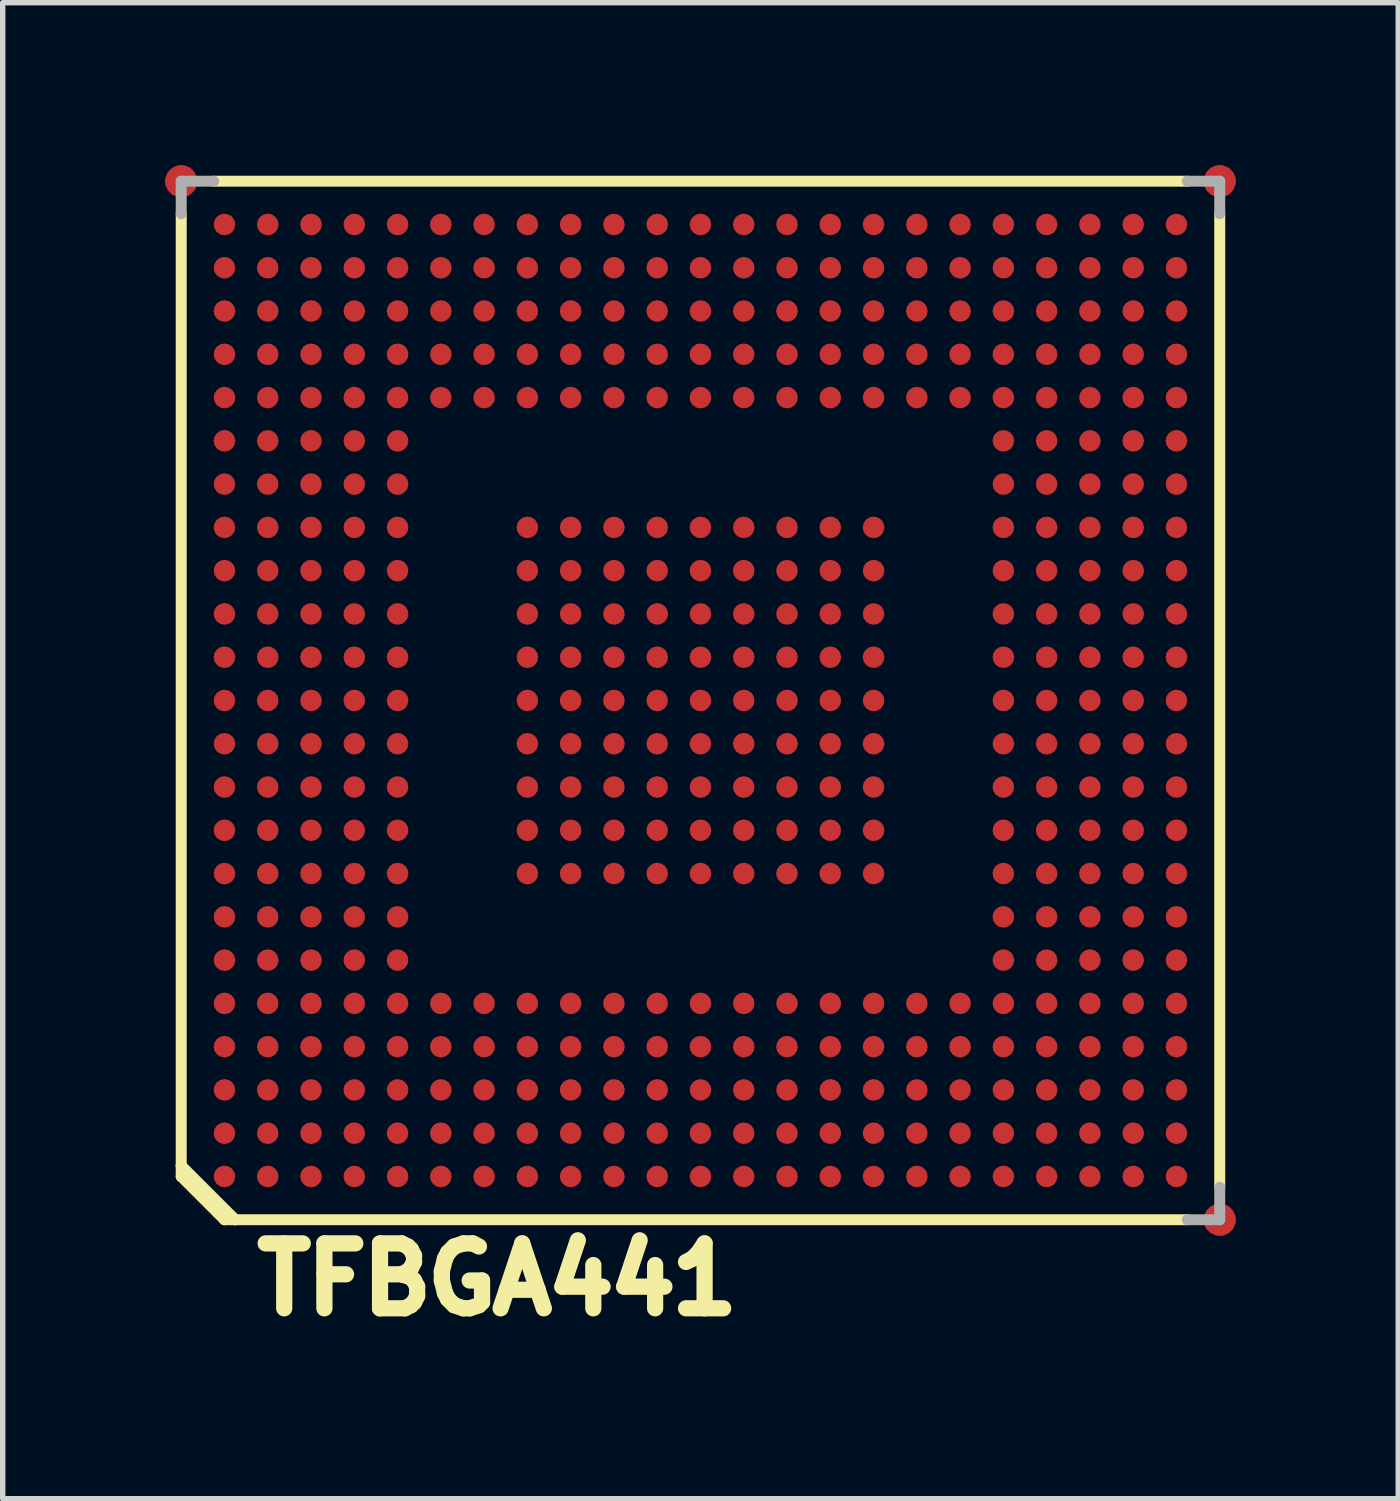
<source format=kicad_pcb>
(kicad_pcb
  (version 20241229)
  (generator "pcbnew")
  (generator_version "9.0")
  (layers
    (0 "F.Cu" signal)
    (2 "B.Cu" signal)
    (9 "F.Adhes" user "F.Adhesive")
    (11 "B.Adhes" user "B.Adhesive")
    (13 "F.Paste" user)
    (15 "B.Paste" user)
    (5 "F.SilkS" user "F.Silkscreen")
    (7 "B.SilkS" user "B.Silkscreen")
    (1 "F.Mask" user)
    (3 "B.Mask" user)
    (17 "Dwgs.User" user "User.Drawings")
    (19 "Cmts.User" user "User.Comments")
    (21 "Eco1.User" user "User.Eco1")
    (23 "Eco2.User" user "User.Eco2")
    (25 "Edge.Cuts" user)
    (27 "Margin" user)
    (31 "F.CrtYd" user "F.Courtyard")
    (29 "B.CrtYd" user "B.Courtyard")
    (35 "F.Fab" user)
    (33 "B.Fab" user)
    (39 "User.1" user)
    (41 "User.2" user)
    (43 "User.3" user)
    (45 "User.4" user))
  (footprint "TFBGA441"
    (layer "F.Cu")
    (at 9.9 9.9)
    (property "Reference" "TFBGA441" (at -8.35 11.4 0) (layer "F.SilkS") (effects (font (size 1.2 1.2) (thickness 0.3)) (justify left bottom)))
    (fp_line (start -9.6 -9) (end -9.6 8.6) (stroke (width 0.203) (type solid)) (layer "F.SilkS"))
    (fp_line (start -9.6 8.6) (end -8.6 9.6) (stroke (width 0.203) (type solid)) (layer "F.SilkS"))
    (fp_line (start -9.6 8.8) (end -9.6 8.6) (stroke (width 0.203) (type solid)) (layer "F.SilkS"))
    (fp_line (start -8.8 9.6) (end -9.6 8.8) (stroke (width 0.203) (type solid)) (layer "F.SilkS"))
    (fp_line (start -8.6 9.6) (end -8.8 9.6) (stroke (width 0.203) (type solid)) (layer "F.SilkS"))
    (fp_line (start -8.6 9.6) (end 9 9.6) (stroke (width 0.203) (type solid)) (layer "F.SilkS"))
    (fp_line (start 9 -9.6) (end -9 -9.6) (stroke (width 0.203) (type solid)) (layer "F.SilkS"))
    (fp_line (start 9.6 9) (end 9.6 -9) (stroke (width 0.203) (type solid)) (layer "F.SilkS"))
    (fp_circle (center -8.8 -8.8) (end -8.75 -8.8) (stroke (width 0.32) (type solid)) (fill no) (layer "F.Paste"))
    (fp_circle (center -8.8 -8) (end -8.75 -8) (stroke (width 0.32) (type solid)) (fill no) (layer "F.Paste"))
    (fp_circle (center -8.8 -7.2) (end -8.75 -7.2) (stroke (width 0.32) (type solid)) (fill no) (layer "F.Paste"))
    (fp_circle (center -8.8 -6.4) (end -8.75 -6.4) (stroke (width 0.32) (type solid)) (fill no) (layer "F.Paste"))
    (fp_circle (center -8.8 -5.6) (end -8.75 -5.6) (stroke (width 0.32) (type solid)) (fill no) (layer "F.Paste"))
    (fp_circle (center -8.8 -4.8) (end -8.75 -4.8) (stroke (width 0.32) (type solid)) (fill no) (layer "F.Paste"))
    (fp_circle (center -8.8 -4) (end -8.75 -4) (stroke (width 0.32) (type solid)) (fill no) (layer "F.Paste"))
    (fp_circle (center -8.8 -3.2) (end -8.75 -3.2) (stroke (width 0.32) (type solid)) (fill no) (layer "F.Paste"))
    (fp_circle (center -8.8 -2.4) (end -8.75 -2.4) (stroke (width 0.32) (type solid)) (fill no) (layer "F.Paste"))
    (fp_circle (center -8.8 -1.6) (end -8.75 -1.6) (stroke (width 0.32) (type solid)) (fill no) (layer "F.Paste"))
    (fp_circle (center -8.8 -0.8) (end -8.75 -0.8) (stroke (width 0.32) (type solid)) (fill no) (layer "F.Paste"))
    (fp_circle (center -8.8 0) (end -8.75 0) (stroke (width 0.32) (type solid)) (fill no) (layer "F.Paste"))
    (fp_circle (center -8.8 0.8) (end -8.75 0.8) (stroke (width 0.32) (type solid)) (fill no) (layer "F.Paste"))
    (fp_circle (center -8.8 1.6) (end -8.75 1.6) (stroke (width 0.32) (type solid)) (fill no) (layer "F.Paste"))
    (fp_circle (center -8.8 2.4) (end -8.75 2.4) (stroke (width 0.32) (type solid)) (fill no) (layer "F.Paste"))
    (fp_circle (center -8.8 3.2) (end -8.75 3.2) (stroke (width 0.32) (type solid)) (fill no) (layer "F.Paste"))
    (fp_circle (center -8.8 4) (end -8.75 4) (stroke (width 0.32) (type solid)) (fill no) (layer "F.Paste"))
    (fp_circle (center -8.8 4.8) (end -8.75 4.8) (stroke (width 0.32) (type solid)) (fill no) (layer "F.Paste"))
    (fp_circle (center -8.8 5.6) (end -8.75 5.6) (stroke (width 0.32) (type solid)) (fill no) (layer "F.Paste"))
    (fp_circle (center -8.8 6.4) (end -8.75 6.4) (stroke (width 0.32) (type solid)) (fill no) (layer "F.Paste"))
    (fp_circle (center -8.8 7.2) (end -8.75 7.2) (stroke (width 0.32) (type solid)) (fill no) (layer "F.Paste"))
    (fp_circle (center -8.8 8) (end -8.75 8) (stroke (width 0.32) (type solid)) (fill no) (layer "F.Paste"))
    (fp_circle (center -8.8 8.8) (end -8.75 8.8) (stroke (width 0.32) (type solid)) (fill no) (layer "F.Paste"))
    (fp_circle (center -8 -8.8) (end -7.95 -8.8) (stroke (width 0.32) (type solid)) (fill no) (layer "F.Paste"))
    (fp_circle (center -8 -8) (end -7.95 -8) (stroke (width 0.32) (type solid)) (fill no) (layer "F.Paste"))
    (fp_circle (center -8 -7.2) (end -7.95 -7.2) (stroke (width 0.32) (type solid)) (fill no) (layer "F.Paste"))
    (fp_circle (center -8 -6.4) (end -7.95 -6.4) (stroke (width 0.32) (type solid)) (fill no) (layer "F.Paste"))
    (fp_circle (center -8 -5.6) (end -7.95 -5.6) (stroke (width 0.32) (type solid)) (fill no) (layer "F.Paste"))
    (fp_circle (center -8 -4.8) (end -7.95 -4.8) (stroke (width 0.32) (type solid)) (fill no) (layer "F.Paste"))
    (fp_circle (center -8 -4) (end -7.95 -4) (stroke (width 0.32) (type solid)) (fill no) (layer "F.Paste"))
    (fp_circle (center -8 -3.2) (end -7.95 -3.2) (stroke (width 0.32) (type solid)) (fill no) (layer "F.Paste"))
    (fp_circle (center -8 -2.4) (end -7.95 -2.4) (stroke (width 0.32) (type solid)) (fill no) (layer "F.Paste"))
    (fp_circle (center -8 -1.6) (end -7.95 -1.6) (stroke (width 0.32) (type solid)) (fill no) (layer "F.Paste"))
    (fp_circle (center -8 -0.8) (end -7.95 -0.8) (stroke (width 0.32) (type solid)) (fill no) (layer "F.Paste"))
    (fp_circle (center -8 0) (end -7.95 0) (stroke (width 0.32) (type solid)) (fill no) (layer "F.Paste"))
    (fp_circle (center -8 0.8) (end -7.95 0.8) (stroke (width 0.32) (type solid)) (fill no) (layer "F.Paste"))
    (fp_circle (center -8 1.6) (end -7.95 1.6) (stroke (width 0.32) (type solid)) (fill no) (layer "F.Paste"))
    (fp_circle (center -8 2.4) (end -7.95 2.4) (stroke (width 0.32) (type solid)) (fill no) (layer "F.Paste"))
    (fp_circle (center -8 3.2) (end -7.95 3.2) (stroke (width 0.32) (type solid)) (fill no) (layer "F.Paste"))
    (fp_circle (center -8 4) (end -7.95 4) (stroke (width 0.32) (type solid)) (fill no) (layer "F.Paste"))
    (fp_circle (center -8 4.8) (end -7.95 4.8) (stroke (width 0.32) (type solid)) (fill no) (layer "F.Paste"))
    (fp_circle (center -8 5.6) (end -7.95 5.6) (stroke (width 0.32) (type solid)) (fill no) (layer "F.Paste"))
    (fp_circle (center -8 6.4) (end -7.95 6.4) (stroke (width 0.32) (type solid)) (fill no) (layer "F.Paste"))
    (fp_circle (center -8 7.2) (end -7.95 7.2) (stroke (width 0.32) (type solid)) (fill no) (layer "F.Paste"))
    (fp_circle (center -8 8) (end -7.95 8) (stroke (width 0.32) (type solid)) (fill no) (layer "F.Paste"))
    (fp_circle (center -8 8.8) (end -7.95 8.8) (stroke (width 0.32) (type solid)) (fill no) (layer "F.Paste"))
    (fp_circle (center -7.2 -8.8) (end -7.15 -8.8) (stroke (width 0.32) (type solid)) (fill no) (layer "F.Paste"))
    (fp_circle (center -7.2 -8) (end -7.15 -8) (stroke (width 0.32) (type solid)) (fill no) (layer "F.Paste"))
    (fp_circle (center -7.2 -7.2) (end -7.15 -7.2) (stroke (width 0.32) (type solid)) (fill no) (layer "F.Paste"))
    (fp_circle (center -7.2 -6.4) (end -7.15 -6.4) (stroke (width 0.32) (type solid)) (fill no) (layer "F.Paste"))
    (fp_circle (center -7.2 -5.6) (end -7.15 -5.6) (stroke (width 0.32) (type solid)) (fill no) (layer "F.Paste"))
    (fp_circle (center -7.2 -4.8) (end -7.15 -4.8) (stroke (width 0.32) (type solid)) (fill no) (layer "F.Paste"))
    (fp_circle (center -7.2 -4) (end -7.15 -4) (stroke (width 0.32) (type solid)) (fill no) (layer "F.Paste"))
    (fp_circle (center -7.2 -3.2) (end -7.15 -3.2) (stroke (width 0.32) (type solid)) (fill no) (layer "F.Paste"))
    (fp_circle (center -7.2 -2.4) (end -7.15 -2.4) (stroke (width 0.32) (type solid)) (fill no) (layer "F.Paste"))
    (fp_circle (center -7.2 -1.6) (end -7.15 -1.6) (stroke (width 0.32) (type solid)) (fill no) (layer "F.Paste"))
    (fp_circle (center -7.2 -0.8) (end -7.15 -0.8) (stroke (width 0.32) (type solid)) (fill no) (layer "F.Paste"))
    (fp_circle (center -7.2 0) (end -7.15 0) (stroke (width 0.32) (type solid)) (fill no) (layer "F.Paste"))
    (fp_circle (center -7.2 0.8) (end -7.15 0.8) (stroke (width 0.32) (type solid)) (fill no) (layer "F.Paste"))
    (fp_circle (center -7.2 1.6) (end -7.15 1.6) (stroke (width 0.32) (type solid)) (fill no) (layer "F.Paste"))
    (fp_circle (center -7.2 2.4) (end -7.15 2.4) (stroke (width 0.32) (type solid)) (fill no) (layer "F.Paste"))
    (fp_circle (center -7.2 3.2) (end -7.15 3.2) (stroke (width 0.32) (type solid)) (fill no) (layer "F.Paste"))
    (fp_circle (center -7.2 4) (end -7.15 4) (stroke (width 0.32) (type solid)) (fill no) (layer "F.Paste"))
    (fp_circle (center -7.2 4.8) (end -7.15 4.8) (stroke (width 0.32) (type solid)) (fill no) (layer "F.Paste"))
    (fp_circle (center -7.2 5.6) (end -7.15 5.6) (stroke (width 0.32) (type solid)) (fill no) (layer "F.Paste"))
    (fp_circle (center -7.2 6.4) (end -7.15 6.4) (stroke (width 0.32) (type solid)) (fill no) (layer "F.Paste"))
    (fp_circle (center -7.2 7.2) (end -7.15 7.2) (stroke (width 0.32) (type solid)) (fill no) (layer "F.Paste"))
    (fp_circle (center -7.2 8) (end -7.15 8) (stroke (width 0.32) (type solid)) (fill no) (layer "F.Paste"))
    (fp_circle (center -7.2 8.8) (end -7.15 8.8) (stroke (width 0.32) (type solid)) (fill no) (layer "F.Paste"))
    (fp_circle (center -6.4 -8.8) (end -6.35 -8.8) (stroke (width 0.32) (type solid)) (fill no) (layer "F.Paste"))
    (fp_circle (center -6.4 -8) (end -6.35 -8) (stroke (width 0.32) (type solid)) (fill no) (layer "F.Paste"))
    (fp_circle (center -6.4 -7.2) (end -6.35 -7.2) (stroke (width 0.32) (type solid)) (fill no) (layer "F.Paste"))
    (fp_circle (center -6.4 -6.4) (end -6.35 -6.4) (stroke (width 0.32) (type solid)) (fill no) (layer "F.Paste"))
    (fp_circle (center -6.4 -5.6) (end -6.35 -5.6) (stroke (width 0.32) (type solid)) (fill no) (layer "F.Paste"))
    (fp_circle (center -6.4 -4.8) (end -6.35 -4.8) (stroke (width 0.32) (type solid)) (fill no) (layer "F.Paste"))
    (fp_circle (center -6.4 -4) (end -6.35 -4) (stroke (width 0.32) (type solid)) (fill no) (layer "F.Paste"))
    (fp_circle (center -6.4 -3.2) (end -6.35 -3.2) (stroke (width 0.32) (type solid)) (fill no) (layer "F.Paste"))
    (fp_circle (center -6.4 -2.4) (end -6.35 -2.4) (stroke (width 0.32) (type solid)) (fill no) (layer "F.Paste"))
    (fp_circle (center -6.4 -1.6) (end -6.35 -1.6) (stroke (width 0.32) (type solid)) (fill no) (layer "F.Paste"))
    (fp_circle (center -6.4 -0.8) (end -6.35 -0.8) (stroke (width 0.32) (type solid)) (fill no) (layer "F.Paste"))
    (fp_circle (center -6.4 0) (end -6.35 0) (stroke (width 0.32) (type solid)) (fill no) (layer "F.Paste"))
    (fp_circle (center -6.4 0.8) (end -6.35 0.8) (stroke (width 0.32) (type solid)) (fill no) (layer "F.Paste"))
    (fp_circle (center -6.4 1.6) (end -6.35 1.6) (stroke (width 0.32) (type solid)) (fill no) (layer "F.Paste"))
    (fp_circle (center -6.4 2.4) (end -6.35 2.4) (stroke (width 0.32) (type solid)) (fill no) (layer "F.Paste"))
    (fp_circle (center -6.4 3.2) (end -6.35 3.2) (stroke (width 0.32) (type solid)) (fill no) (layer "F.Paste"))
    (fp_circle (center -6.4 4) (end -6.35 4) (stroke (width 0.32) (type solid)) (fill no) (layer "F.Paste"))
    (fp_circle (center -6.4 4.8) (end -6.35 4.8) (stroke (width 0.32) (type solid)) (fill no) (layer "F.Paste"))
    (fp_circle (center -6.4 5.6) (end -6.35 5.6) (stroke (width 0.32) (type solid)) (fill no) (layer "F.Paste"))
    (fp_circle (center -6.4 6.4) (end -6.35 6.4) (stroke (width 0.32) (type solid)) (fill no) (layer "F.Paste"))
    (fp_circle (center -6.4 7.2) (end -6.35 7.2) (stroke (width 0.32) (type solid)) (fill no) (layer "F.Paste"))
    (fp_circle (center -6.4 8) (end -6.35 8) (stroke (width 0.32) (type solid)) (fill no) (layer "F.Paste"))
    (fp_circle (center -6.4 8.8) (end -6.35 8.8) (stroke (width 0.32) (type solid)) (fill no) (layer "F.Paste"))
    (fp_circle (center -5.6 -8.8) (end -5.55 -8.8) (stroke (width 0.32) (type solid)) (fill no) (layer "F.Paste"))
    (fp_circle (center -5.6 -8) (end -5.55 -8) (stroke (width 0.32) (type solid)) (fill no) (layer "F.Paste"))
    (fp_circle (center -5.6 -7.2) (end -5.55 -7.2) (stroke (width 0.32) (type solid)) (fill no) (layer "F.Paste"))
    (fp_circle (center -5.6 -6.4) (end -5.55 -6.4) (stroke (width 0.32) (type solid)) (fill no) (layer "F.Paste"))
    (fp_circle (center -5.6 -5.6) (end -5.55 -5.6) (stroke (width 0.32) (type solid)) (fill no) (layer "F.Paste"))
    (fp_circle (center -5.6 -4.8) (end -5.55 -4.8) (stroke (width 0.32) (type solid)) (fill no) (layer "F.Paste"))
    (fp_circle (center -5.6 -4) (end -5.55 -4) (stroke (width 0.32) (type solid)) (fill no) (layer "F.Paste"))
    (fp_circle (center -5.6 -3.2) (end -5.55 -3.2) (stroke (width 0.32) (type solid)) (fill no) (layer "F.Paste"))
    (fp_circle (center -5.6 -2.4) (end -5.55 -2.4) (stroke (width 0.32) (type solid)) (fill no) (layer "F.Paste"))
    (fp_circle (center -5.6 -1.6) (end -5.55 -1.6) (stroke (width 0.32) (type solid)) (fill no) (layer "F.Paste"))
    (fp_circle (center -5.6 -0.8) (end -5.55 -0.8) (stroke (width 0.32) (type solid)) (fill no) (layer "F.Paste"))
    (fp_circle (center -5.6 0) (end -5.55 0) (stroke (width 0.32) (type solid)) (fill no) (layer "F.Paste"))
    (fp_circle (center -5.6 0.8) (end -5.55 0.8) (stroke (width 0.32) (type solid)) (fill no) (layer "F.Paste"))
    (fp_circle (center -5.6 1.6) (end -5.55 1.6) (stroke (width 0.32) (type solid)) (fill no) (layer "F.Paste"))
    (fp_circle (center -5.6 2.4) (end -5.55 2.4) (stroke (width 0.32) (type solid)) (fill no) (layer "F.Paste"))
    (fp_circle (center -5.6 3.2) (end -5.55 3.2) (stroke (width 0.32) (type solid)) (fill no) (layer "F.Paste"))
    (fp_circle (center -5.6 4) (end -5.55 4) (stroke (width 0.32) (type solid)) (fill no) (layer "F.Paste"))
    (fp_circle (center -5.6 4.8) (end -5.55 4.8) (stroke (width 0.32) (type solid)) (fill no) (layer "F.Paste"))
    (fp_circle (center -5.6 5.6) (end -5.55 5.6) (stroke (width 0.32) (type solid)) (fill no) (layer "F.Paste"))
    (fp_circle (center -5.6 6.4) (end -5.55 6.4) (stroke (width 0.32) (type solid)) (fill no) (layer "F.Paste"))
    (fp_circle (center -5.6 7.2) (end -5.55 7.2) (stroke (width 0.32) (type solid)) (fill no) (layer "F.Paste"))
    (fp_circle (center -5.6 8) (end -5.55 8) (stroke (width 0.32) (type solid)) (fill no) (layer "F.Paste"))
    (fp_circle (center -5.6 8.8) (end -5.55 8.8) (stroke (width 0.32) (type solid)) (fill no) (layer "F.Paste"))
    (fp_circle (center -4.8 -8.8) (end -4.75 -8.8) (stroke (width 0.32) (type solid)) (fill no) (layer "F.Paste"))
    (fp_circle (center -4.8 -8) (end -4.75 -8) (stroke (width 0.32) (type solid)) (fill no) (layer "F.Paste"))
    (fp_circle (center -4.8 -7.2) (end -4.75 -7.2) (stroke (width 0.32) (type solid)) (fill no) (layer "F.Paste"))
    (fp_circle (center -4.8 -6.4) (end -4.75 -6.4) (stroke (width 0.32) (type solid)) (fill no) (layer "F.Paste"))
    (fp_circle (center -4.8 -5.6) (end -4.75 -5.6) (stroke (width 0.32) (type solid)) (fill no) (layer "F.Paste"))
    (fp_circle (center -4.8 5.6) (end -4.75 5.6) (stroke (width 0.32) (type solid)) (fill no) (layer "F.Paste"))
    (fp_circle (center -4.8 6.4) (end -4.75 6.4) (stroke (width 0.32) (type solid)) (fill no) (layer "F.Paste"))
    (fp_circle (center -4.8 7.2) (end -4.75 7.2) (stroke (width 0.32) (type solid)) (fill no) (layer "F.Paste"))
    (fp_circle (center -4.8 8) (end -4.75 8) (stroke (width 0.32) (type solid)) (fill no) (layer "F.Paste"))
    (fp_circle (center -4.8 8.8) (end -4.75 8.8) (stroke (width 0.32) (type solid)) (fill no) (layer "F.Paste"))
    (fp_circle (center -4 -8.8) (end -3.95 -8.8) (stroke (width 0.32) (type solid)) (fill no) (layer "F.Paste"))
    (fp_circle (center -4 -8) (end -3.95 -8) (stroke (width 0.32) (type solid)) (fill no) (layer "F.Paste"))
    (fp_circle (center -4 -7.2) (end -3.95 -7.2) (stroke (width 0.32) (type solid)) (fill no) (layer "F.Paste"))
    (fp_circle (center -4 -6.4) (end -3.95 -6.4) (stroke (width 0.32) (type solid)) (fill no) (layer "F.Paste"))
    (fp_circle (center -4 -5.6) (end -3.95 -5.6) (stroke (width 0.32) (type solid)) (fill no) (layer "F.Paste"))
    (fp_circle (center -4 5.6) (end -3.95 5.6) (stroke (width 0.32) (type solid)) (fill no) (layer "F.Paste"))
    (fp_circle (center -4 6.4) (end -3.95 6.4) (stroke (width 0.32) (type solid)) (fill no) (layer "F.Paste"))
    (fp_circle (center -4 7.2) (end -3.95 7.2) (stroke (width 0.32) (type solid)) (fill no) (layer "F.Paste"))
    (fp_circle (center -4 8) (end -3.95 8) (stroke (width 0.32) (type solid)) (fill no) (layer "F.Paste"))
    (fp_circle (center -4 8.8) (end -3.95 8.8) (stroke (width 0.32) (type solid)) (fill no) (layer "F.Paste"))
    (fp_circle (center -3.2 -8.8) (end -3.15 -8.8) (stroke (width 0.32) (type solid)) (fill no) (layer "F.Paste"))
    (fp_circle (center -3.2 -8) (end -3.15 -8) (stroke (width 0.32) (type solid)) (fill no) (layer "F.Paste"))
    (fp_circle (center -3.2 -7.2) (end -3.15 -7.2) (stroke (width 0.32) (type solid)) (fill no) (layer "F.Paste"))
    (fp_circle (center -3.2 -6.4) (end -3.15 -6.4) (stroke (width 0.32) (type solid)) (fill no) (layer "F.Paste"))
    (fp_circle (center -3.2 -5.6) (end -3.15 -5.6) (stroke (width 0.32) (type solid)) (fill no) (layer "F.Paste"))
    (fp_circle (center -3.2 -3.2) (end -3.15 -3.2) (stroke (width 0.32) (type solid)) (fill no) (layer "F.Paste"))
    (fp_circle (center -3.2 -2.4) (end -3.15 -2.4) (stroke (width 0.32) (type solid)) (fill no) (layer "F.Paste"))
    (fp_circle (center -3.2 -1.6) (end -3.15 -1.6) (stroke (width 0.32) (type solid)) (fill no) (layer "F.Paste"))
    (fp_circle (center -3.2 -0.8) (end -3.15 -0.8) (stroke (width 0.32) (type solid)) (fill no) (layer "F.Paste"))
    (fp_circle (center -3.2 0) (end -3.15 0) (stroke (width 0.32) (type solid)) (fill no) (layer "F.Paste"))
    (fp_circle (center -3.2 0.8) (end -3.15 0.8) (stroke (width 0.32) (type solid)) (fill no) (layer "F.Paste"))
    (fp_circle (center -3.2 1.6) (end -3.15 1.6) (stroke (width 0.32) (type solid)) (fill no) (layer "F.Paste"))
    (fp_circle (center -3.2 2.4) (end -3.15 2.4) (stroke (width 0.32) (type solid)) (fill no) (layer "F.Paste"))
    (fp_circle (center -3.2 3.2) (end -3.15 3.2) (stroke (width 0.32) (type solid)) (fill no) (layer "F.Paste"))
    (fp_circle (center -3.2 5.6) (end -3.15 5.6) (stroke (width 0.32) (type solid)) (fill no) (layer "F.Paste"))
    (fp_circle (center -3.2 6.4) (end -3.15 6.4) (stroke (width 0.32) (type solid)) (fill no) (layer "F.Paste"))
    (fp_circle (center -3.2 7.2) (end -3.15 7.2) (stroke (width 0.32) (type solid)) (fill no) (layer "F.Paste"))
    (fp_circle (center -3.2 8) (end -3.15 8) (stroke (width 0.32) (type solid)) (fill no) (layer "F.Paste"))
    (fp_circle (center -3.2 8.8) (end -3.15 8.8) (stroke (width 0.32) (type solid)) (fill no) (layer "F.Paste"))
    (fp_circle (center -2.4 -8.8) (end -2.35 -8.8) (stroke (width 0.32) (type solid)) (fill no) (layer "F.Paste"))
    (fp_circle (center -2.4 -8) (end -2.35 -8) (stroke (width 0.32) (type solid)) (fill no) (layer "F.Paste"))
    (fp_circle (center -2.4 -7.2) (end -2.35 -7.2) (stroke (width 0.32) (type solid)) (fill no) (layer "F.Paste"))
    (fp_circle (center -2.4 -6.4) (end -2.35 -6.4) (stroke (width 0.32) (type solid)) (fill no) (layer "F.Paste"))
    (fp_circle (center -2.4 -5.6) (end -2.35 -5.6) (stroke (width 0.32) (type solid)) (fill no) (layer "F.Paste"))
    (fp_circle (center -2.4 -3.2) (end -2.35 -3.2) (stroke (width 0.32) (type solid)) (fill no) (layer "F.Paste"))
    (fp_circle (center -2.4 -2.4) (end -2.35 -2.4) (stroke (width 0.32) (type solid)) (fill no) (layer "F.Paste"))
    (fp_circle (center -2.4 -1.6) (end -2.35 -1.6) (stroke (width 0.32) (type solid)) (fill no) (layer "F.Paste"))
    (fp_circle (center -2.4 -0.8) (end -2.35 -0.8) (stroke (width 0.32) (type solid)) (fill no) (layer "F.Paste"))
    (fp_circle (center -2.4 0) (end -2.35 0) (stroke (width 0.32) (type solid)) (fill no) (layer "F.Paste"))
    (fp_circle (center -2.4 0.8) (end -2.35 0.8) (stroke (width 0.32) (type solid)) (fill no) (layer "F.Paste"))
    (fp_circle (center -2.4 1.6) (end -2.35 1.6) (stroke (width 0.32) (type solid)) (fill no) (layer "F.Paste"))
    (fp_circle (center -2.4 2.4) (end -2.35 2.4) (stroke (width 0.32) (type solid)) (fill no) (layer "F.Paste"))
    (fp_circle (center -2.4 3.2) (end -2.35 3.2) (stroke (width 0.32) (type solid)) (fill no) (layer "F.Paste"))
    (fp_circle (center -2.4 5.6) (end -2.35 5.6) (stroke (width 0.32) (type solid)) (fill no) (layer "F.Paste"))
    (fp_circle (center -2.4 6.4) (end -2.35 6.4) (stroke (width 0.32) (type solid)) (fill no) (layer "F.Paste"))
    (fp_circle (center -2.4 7.2) (end -2.35 7.2) (stroke (width 0.32) (type solid)) (fill no) (layer "F.Paste"))
    (fp_circle (center -2.4 8) (end -2.35 8) (stroke (width 0.32) (type solid)) (fill no) (layer "F.Paste"))
    (fp_circle (center -2.4 8.8) (end -2.35 8.8) (stroke (width 0.32) (type solid)) (fill no) (layer "F.Paste"))
    (fp_circle (center -1.6 -8.8) (end -1.55 -8.8) (stroke (width 0.32) (type solid)) (fill no) (layer "F.Paste"))
    (fp_circle (center -1.6 -8) (end -1.55 -8) (stroke (width 0.32) (type solid)) (fill no) (layer "F.Paste"))
    (fp_circle (center -1.6 -7.2) (end -1.55 -7.2) (stroke (width 0.32) (type solid)) (fill no) (layer "F.Paste"))
    (fp_circle (center -1.6 -6.4) (end -1.55 -6.4) (stroke (width 0.32) (type solid)) (fill no) (layer "F.Paste"))
    (fp_circle (center -1.6 -5.6) (end -1.55 -5.6) (stroke (width 0.32) (type solid)) (fill no) (layer "F.Paste"))
    (fp_circle (center -1.6 -3.2) (end -1.55 -3.2) (stroke (width 0.32) (type solid)) (fill no) (layer "F.Paste"))
    (fp_circle (center -1.6 -2.4) (end -1.55 -2.4) (stroke (width 0.32) (type solid)) (fill no) (layer "F.Paste"))
    (fp_circle (center -1.6 -1.6) (end -1.55 -1.6) (stroke (width 0.32) (type solid)) (fill no) (layer "F.Paste"))
    (fp_circle (center -1.6 -0.8) (end -1.55 -0.8) (stroke (width 0.32) (type solid)) (fill no) (layer "F.Paste"))
    (fp_circle (center -1.6 0) (end -1.55 0) (stroke (width 0.32) (type solid)) (fill no) (layer "F.Paste"))
    (fp_circle (center -1.6 0.8) (end -1.55 0.8) (stroke (width 0.32) (type solid)) (fill no) (layer "F.Paste"))
    (fp_circle (center -1.6 1.6) (end -1.55 1.6) (stroke (width 0.32) (type solid)) (fill no) (layer "F.Paste"))
    (fp_circle (center -1.6 2.4) (end -1.55 2.4) (stroke (width 0.32) (type solid)) (fill no) (layer "F.Paste"))
    (fp_circle (center -1.6 3.2) (end -1.55 3.2) (stroke (width 0.32) (type solid)) (fill no) (layer "F.Paste"))
    (fp_circle (center -1.6 5.6) (end -1.55 5.6) (stroke (width 0.32) (type solid)) (fill no) (layer "F.Paste"))
    (fp_circle (center -1.6 6.4) (end -1.55 6.4) (stroke (width 0.32) (type solid)) (fill no) (layer "F.Paste"))
    (fp_circle (center -1.6 7.2) (end -1.55 7.2) (stroke (width 0.32) (type solid)) (fill no) (layer "F.Paste"))
    (fp_circle (center -1.6 8) (end -1.55 8) (stroke (width 0.32) (type solid)) (fill no) (layer "F.Paste"))
    (fp_circle (center -1.6 8.8) (end -1.55 8.8) (stroke (width 0.32) (type solid)) (fill no) (layer "F.Paste"))
    (fp_circle (center -0.8 -8.8) (end -0.75 -8.8) (stroke (width 0.32) (type solid)) (fill no) (layer "F.Paste"))
    (fp_circle (center -0.8 -8) (end -0.75 -8) (stroke (width 0.32) (type solid)) (fill no) (layer "F.Paste"))
    (fp_circle (center -0.8 -7.2) (end -0.75 -7.2) (stroke (width 0.32) (type solid)) (fill no) (layer "F.Paste"))
    (fp_circle (center -0.8 -6.4) (end -0.75 -6.4) (stroke (width 0.32) (type solid)) (fill no) (layer "F.Paste"))
    (fp_circle (center -0.8 -5.6) (end -0.75 -5.6) (stroke (width 0.32) (type solid)) (fill no) (layer "F.Paste"))
    (fp_circle (center -0.8 -3.2) (end -0.75 -3.2) (stroke (width 0.32) (type solid)) (fill no) (layer "F.Paste"))
    (fp_circle (center -0.8 -2.4) (end -0.75 -2.4) (stroke (width 0.32) (type solid)) (fill no) (layer "F.Paste"))
    (fp_circle (center -0.8 -1.6) (end -0.75 -1.6) (stroke (width 0.32) (type solid)) (fill no) (layer "F.Paste"))
    (fp_circle (center -0.8 -0.8) (end -0.75 -0.8) (stroke (width 0.32) (type solid)) (fill no) (layer "F.Paste"))
    (fp_circle (center -0.8 0) (end -0.75 0) (stroke (width 0.32) (type solid)) (fill no) (layer "F.Paste"))
    (fp_circle (center -0.8 0.8) (end -0.75 0.8) (stroke (width 0.32) (type solid)) (fill no) (layer "F.Paste"))
    (fp_circle (center -0.8 1.6) (end -0.75 1.6) (stroke (width 0.32) (type solid)) (fill no) (layer "F.Paste"))
    (fp_circle (center -0.8 2.4) (end -0.75 2.4) (stroke (width 0.32) (type solid)) (fill no) (layer "F.Paste"))
    (fp_circle (center -0.8 3.2) (end -0.75 3.2) (stroke (width 0.32) (type solid)) (fill no) (layer "F.Paste"))
    (fp_circle (center -0.8 5.6) (end -0.75 5.6) (stroke (width 0.32) (type solid)) (fill no) (layer "F.Paste"))
    (fp_circle (center -0.8 6.4) (end -0.75 6.4) (stroke (width 0.32) (type solid)) (fill no) (layer "F.Paste"))
    (fp_circle (center -0.8 7.2) (end -0.75 7.2) (stroke (width 0.32) (type solid)) (fill no) (layer "F.Paste"))
    (fp_circle (center -0.8 8) (end -0.75 8) (stroke (width 0.32) (type solid)) (fill no) (layer "F.Paste"))
    (fp_circle (center -0.8 8.8) (end -0.75 8.8) (stroke (width 0.32) (type solid)) (fill no) (layer "F.Paste"))
    (fp_circle (center 0 -8.8) (end 0.05 -8.8) (stroke (width 0.32) (type solid)) (fill no) (layer "F.Paste"))
    (fp_circle (center 0 -8) (end 0.05 -8) (stroke (width 0.32) (type solid)) (fill no) (layer "F.Paste"))
    (fp_circle (center 0 -7.2) (end 0.05 -7.2) (stroke (width 0.32) (type solid)) (fill no) (layer "F.Paste"))
    (fp_circle (center 0 -6.4) (end 0.05 -6.4) (stroke (width 0.32) (type solid)) (fill no) (layer "F.Paste"))
    (fp_circle (center 0 -5.6) (end 0.05 -5.6) (stroke (width 0.32) (type solid)) (fill no) (layer "F.Paste"))
    (fp_circle (center 0 -3.2) (end 0.05 -3.2) (stroke (width 0.32) (type solid)) (fill no) (layer "F.Paste"))
    (fp_circle (center 0 -2.4) (end 0.05 -2.4) (stroke (width 0.32) (type solid)) (fill no) (layer "F.Paste"))
    (fp_circle (center 0 -1.6) (end 0.05 -1.6) (stroke (width 0.32) (type solid)) (fill no) (layer "F.Paste"))
    (fp_circle (center 0 -0.8) (end 0.05 -0.8) (stroke (width 0.32) (type solid)) (fill no) (layer "F.Paste"))
    (fp_circle (center 0 0) (end 0.05 0) (stroke (width 0.32) (type solid)) (fill no) (layer "F.Paste"))
    (fp_circle (center 0 0.8) (end 0.05 0.8) (stroke (width 0.32) (type solid)) (fill no) (layer "F.Paste"))
    (fp_circle (center 0 1.6) (end 0.05 1.6) (stroke (width 0.32) (type solid)) (fill no) (layer "F.Paste"))
    (fp_circle (center 0 2.4) (end 0.05 2.4) (stroke (width 0.32) (type solid)) (fill no) (layer "F.Paste"))
    (fp_circle (center 0 3.2) (end 0.05 3.2) (stroke (width 0.32) (type solid)) (fill no) (layer "F.Paste"))
    (fp_circle (center 0 5.6) (end 0.05 5.6) (stroke (width 0.32) (type solid)) (fill no) (layer "F.Paste"))
    (fp_circle (center 0 6.4) (end 0.05 6.4) (stroke (width 0.32) (type solid)) (fill no) (layer "F.Paste"))
    (fp_circle (center 0 7.2) (end 0.05 7.2) (stroke (width 0.32) (type solid)) (fill no) (layer "F.Paste"))
    (fp_circle (center 0 8) (end 0.05 8) (stroke (width 0.32) (type solid)) (fill no) (layer "F.Paste"))
    (fp_circle (center 0 8.8) (end 0.05 8.8) (stroke (width 0.32) (type solid)) (fill no) (layer "F.Paste"))
    (fp_circle (center 0.8 -8.8) (end 0.85 -8.8) (stroke (width 0.32) (type solid)) (fill no) (layer "F.Paste"))
    (fp_circle (center 0.8 -8) (end 0.85 -8) (stroke (width 0.32) (type solid)) (fill no) (layer "F.Paste"))
    (fp_circle (center 0.8 -7.2) (end 0.85 -7.2) (stroke (width 0.32) (type solid)) (fill no) (layer "F.Paste"))
    (fp_circle (center 0.8 -6.4) (end 0.85 -6.4) (stroke (width 0.32) (type solid)) (fill no) (layer "F.Paste"))
    (fp_circle (center 0.8 -5.6) (end 0.85 -5.6) (stroke (width 0.32) (type solid)) (fill no) (layer "F.Paste"))
    (fp_circle (center 0.8 -3.2) (end 0.85 -3.2) (stroke (width 0.32) (type solid)) (fill no) (layer "F.Paste"))
    (fp_circle (center 0.8 -2.4) (end 0.85 -2.4) (stroke (width 0.32) (type solid)) (fill no) (layer "F.Paste"))
    (fp_circle (center 0.8 -1.6) (end 0.85 -1.6) (stroke (width 0.32) (type solid)) (fill no) (layer "F.Paste"))
    (fp_circle (center 0.8 -0.8) (end 0.85 -0.8) (stroke (width 0.32) (type solid)) (fill no) (layer "F.Paste"))
    (fp_circle (center 0.8 0) (end 0.85 0) (stroke (width 0.32) (type solid)) (fill no) (layer "F.Paste"))
    (fp_circle (center 0.8 0.8) (end 0.85 0.8) (stroke (width 0.32) (type solid)) (fill no) (layer "F.Paste"))
    (fp_circle (center 0.8 1.6) (end 0.85 1.6) (stroke (width 0.32) (type solid)) (fill no) (layer "F.Paste"))
    (fp_circle (center 0.8 2.4) (end 0.85 2.4) (stroke (width 0.32) (type solid)) (fill no) (layer "F.Paste"))
    (fp_circle (center 0.8 3.2) (end 0.85 3.2) (stroke (width 0.32) (type solid)) (fill no) (layer "F.Paste"))
    (fp_circle (center 0.8 5.6) (end 0.85 5.6) (stroke (width 0.32) (type solid)) (fill no) (layer "F.Paste"))
    (fp_circle (center 0.8 6.4) (end 0.85 6.4) (stroke (width 0.32) (type solid)) (fill no) (layer "F.Paste"))
    (fp_circle (center 0.8 7.2) (end 0.85 7.2) (stroke (width 0.32) (type solid)) (fill no) (layer "F.Paste"))
    (fp_circle (center 0.8 8) (end 0.85 8) (stroke (width 0.32) (type solid)) (fill no) (layer "F.Paste"))
    (fp_circle (center 0.8 8.8) (end 0.85 8.8) (stroke (width 0.32) (type solid)) (fill no) (layer "F.Paste"))
    (fp_circle (center 1.6 -8.8) (end 1.65 -8.8) (stroke (width 0.32) (type solid)) (fill no) (layer "F.Paste"))
    (fp_circle (center 1.6 -8) (end 1.65 -8) (stroke (width 0.32) (type solid)) (fill no) (layer "F.Paste"))
    (fp_circle (center 1.6 -7.2) (end 1.65 -7.2) (stroke (width 0.32) (type solid)) (fill no) (layer "F.Paste"))
    (fp_circle (center 1.6 -6.4) (end 1.65 -6.4) (stroke (width 0.32) (type solid)) (fill no) (layer "F.Paste"))
    (fp_circle (center 1.6 -5.6) (end 1.65 -5.6) (stroke (width 0.32) (type solid)) (fill no) (layer "F.Paste"))
    (fp_circle (center 1.6 -3.2) (end 1.65 -3.2) (stroke (width 0.32) (type solid)) (fill no) (layer "F.Paste"))
    (fp_circle (center 1.6 -2.4) (end 1.65 -2.4) (stroke (width 0.32) (type solid)) (fill no) (layer "F.Paste"))
    (fp_circle (center 1.6 -1.6) (end 1.65 -1.6) (stroke (width 0.32) (type solid)) (fill no) (layer "F.Paste"))
    (fp_circle (center 1.6 -0.8) (end 1.65 -0.8) (stroke (width 0.32) (type solid)) (fill no) (layer "F.Paste"))
    (fp_circle (center 1.6 0) (end 1.65 0) (stroke (width 0.32) (type solid)) (fill no) (layer "F.Paste"))
    (fp_circle (center 1.6 0.8) (end 1.65 0.8) (stroke (width 0.32) (type solid)) (fill no) (layer "F.Paste"))
    (fp_circle (center 1.6 1.6) (end 1.65 1.6) (stroke (width 0.32) (type solid)) (fill no) (layer "F.Paste"))
    (fp_circle (center 1.6 2.4) (end 1.65 2.4) (stroke (width 0.32) (type solid)) (fill no) (layer "F.Paste"))
    (fp_circle (center 1.6 3.2) (end 1.65 3.2) (stroke (width 0.32) (type solid)) (fill no) (layer "F.Paste"))
    (fp_circle (center 1.6 5.6) (end 1.65 5.6) (stroke (width 0.32) (type solid)) (fill no) (layer "F.Paste"))
    (fp_circle (center 1.6 6.4) (end 1.65 6.4) (stroke (width 0.32) (type solid)) (fill no) (layer "F.Paste"))
    (fp_circle (center 1.6 7.2) (end 1.65 7.2) (stroke (width 0.32) (type solid)) (fill no) (layer "F.Paste"))
    (fp_circle (center 1.6 8) (end 1.65 8) (stroke (width 0.32) (type solid)) (fill no) (layer "F.Paste"))
    (fp_circle (center 1.6 8.8) (end 1.65 8.8) (stroke (width 0.32) (type solid)) (fill no) (layer "F.Paste"))
    (fp_circle (center 2.4 -8.8) (end 2.45 -8.8) (stroke (width 0.32) (type solid)) (fill no) (layer "F.Paste"))
    (fp_circle (center 2.4 -8) (end 2.45 -8) (stroke (width 0.32) (type solid)) (fill no) (layer "F.Paste"))
    (fp_circle (center 2.4 -7.2) (end 2.45 -7.2) (stroke (width 0.32) (type solid)) (fill no) (layer "F.Paste"))
    (fp_circle (center 2.4 -6.4) (end 2.45 -6.4) (stroke (width 0.32) (type solid)) (fill no) (layer "F.Paste"))
    (fp_circle (center 2.4 -5.6) (end 2.45 -5.6) (stroke (width 0.32) (type solid)) (fill no) (layer "F.Paste"))
    (fp_circle (center 2.4 -3.2) (end 2.45 -3.2) (stroke (width 0.32) (type solid)) (fill no) (layer "F.Paste"))
    (fp_circle (center 2.4 -2.4) (end 2.45 -2.4) (stroke (width 0.32) (type solid)) (fill no) (layer "F.Paste"))
    (fp_circle (center 2.4 -1.6) (end 2.45 -1.6) (stroke (width 0.32) (type solid)) (fill no) (layer "F.Paste"))
    (fp_circle (center 2.4 -0.8) (end 2.45 -0.8) (stroke (width 0.32) (type solid)) (fill no) (layer "F.Paste"))
    (fp_circle (center 2.4 0) (end 2.45 0) (stroke (width 0.32) (type solid)) (fill no) (layer "F.Paste"))
    (fp_circle (center 2.4 0.8) (end 2.45 0.8) (stroke (width 0.32) (type solid)) (fill no) (layer "F.Paste"))
    (fp_circle (center 2.4 1.6) (end 2.45 1.6) (stroke (width 0.32) (type solid)) (fill no) (layer "F.Paste"))
    (fp_circle (center 2.4 2.4) (end 2.45 2.4) (stroke (width 0.32) (type solid)) (fill no) (layer "F.Paste"))
    (fp_circle (center 2.4 3.2) (end 2.45 3.2) (stroke (width 0.32) (type solid)) (fill no) (layer "F.Paste"))
    (fp_circle (center 2.4 5.6) (end 2.45 5.6) (stroke (width 0.32) (type solid)) (fill no) (layer "F.Paste"))
    (fp_circle (center 2.4 6.4) (end 2.45 6.4) (stroke (width 0.32) (type solid)) (fill no) (layer "F.Paste"))
    (fp_circle (center 2.4 7.2) (end 2.45 7.2) (stroke (width 0.32) (type solid)) (fill no) (layer "F.Paste"))
    (fp_circle (center 2.4 8) (end 2.45 8) (stroke (width 0.32) (type solid)) (fill no) (layer "F.Paste"))
    (fp_circle (center 2.4 8.8) (end 2.45 8.8) (stroke (width 0.32) (type solid)) (fill no) (layer "F.Paste"))
    (fp_circle (center 3.2 -8.8) (end 3.25 -8.8) (stroke (width 0.32) (type solid)) (fill no) (layer "F.Paste"))
    (fp_circle (center 3.2 -8) (end 3.25 -8) (stroke (width 0.32) (type solid)) (fill no) (layer "F.Paste"))
    (fp_circle (center 3.2 -7.2) (end 3.25 -7.2) (stroke (width 0.32) (type solid)) (fill no) (layer "F.Paste"))
    (fp_circle (center 3.2 -6.4) (end 3.25 -6.4) (stroke (width 0.32) (type solid)) (fill no) (layer "F.Paste"))
    (fp_circle (center 3.2 -5.6) (end 3.25 -5.6) (stroke (width 0.32) (type solid)) (fill no) (layer "F.Paste"))
    (fp_circle (center 3.2 -3.2) (end 3.25 -3.2) (stroke (width 0.32) (type solid)) (fill no) (layer "F.Paste"))
    (fp_circle (center 3.2 -2.4) (end 3.25 -2.4) (stroke (width 0.32) (type solid)) (fill no) (layer "F.Paste"))
    (fp_circle (center 3.2 -1.6) (end 3.25 -1.6) (stroke (width 0.32) (type solid)) (fill no) (layer "F.Paste"))
    (fp_circle (center 3.2 -0.8) (end 3.25 -0.8) (stroke (width 0.32) (type solid)) (fill no) (layer "F.Paste"))
    (fp_circle (center 3.2 0) (end 3.25 0) (stroke (width 0.32) (type solid)) (fill no) (layer "F.Paste"))
    (fp_circle (center 3.2 0.8) (end 3.25 0.8) (stroke (width 0.32) (type solid)) (fill no) (layer "F.Paste"))
    (fp_circle (center 3.2 1.6) (end 3.25 1.6) (stroke (width 0.32) (type solid)) (fill no) (layer "F.Paste"))
    (fp_circle (center 3.2 2.4) (end 3.25 2.4) (stroke (width 0.32) (type solid)) (fill no) (layer "F.Paste"))
    (fp_circle (center 3.2 3.2) (end 3.25 3.2) (stroke (width 0.32) (type solid)) (fill no) (layer "F.Paste"))
    (fp_circle (center 3.2 5.6) (end 3.25 5.6) (stroke (width 0.32) (type solid)) (fill no) (layer "F.Paste"))
    (fp_circle (center 3.2 6.4) (end 3.25 6.4) (stroke (width 0.32) (type solid)) (fill no) (layer "F.Paste"))
    (fp_circle (center 3.2 7.2) (end 3.25 7.2) (stroke (width 0.32) (type solid)) (fill no) (layer "F.Paste"))
    (fp_circle (center 3.2 8) (end 3.25 8) (stroke (width 0.32) (type solid)) (fill no) (layer "F.Paste"))
    (fp_circle (center 3.2 8.8) (end 3.25 8.8) (stroke (width 0.32) (type solid)) (fill no) (layer "F.Paste"))
    (fp_circle (center 4 -8.8) (end 4.05 -8.8) (stroke (width 0.32) (type solid)) (fill no) (layer "F.Paste"))
    (fp_circle (center 4 -8) (end 4.05 -8) (stroke (width 0.32) (type solid)) (fill no) (layer "F.Paste"))
    (fp_circle (center 4 -7.2) (end 4.05 -7.2) (stroke (width 0.32) (type solid)) (fill no) (layer "F.Paste"))
    (fp_circle (center 4 -6.4) (end 4.05 -6.4) (stroke (width 0.32) (type solid)) (fill no) (layer "F.Paste"))
    (fp_circle (center 4 -5.6) (end 4.05 -5.6) (stroke (width 0.32) (type solid)) (fill no) (layer "F.Paste"))
    (fp_circle (center 4 5.6) (end 4.05 5.6) (stroke (width 0.32) (type solid)) (fill no) (layer "F.Paste"))
    (fp_circle (center 4 6.4) (end 4.05 6.4) (stroke (width 0.32) (type solid)) (fill no) (layer "F.Paste"))
    (fp_circle (center 4 7.2) (end 4.05 7.2) (stroke (width 0.32) (type solid)) (fill no) (layer "F.Paste"))
    (fp_circle (center 4 8) (end 4.05 8) (stroke (width 0.32) (type solid)) (fill no) (layer "F.Paste"))
    (fp_circle (center 4 8.8) (end 4.05 8.8) (stroke (width 0.32) (type solid)) (fill no) (layer "F.Paste"))
    (fp_circle (center 4.8 -8.8) (end 4.85 -8.8) (stroke (width 0.32) (type solid)) (fill no) (layer "F.Paste"))
    (fp_circle (center 4.8 -8) (end 4.85 -8) (stroke (width 0.32) (type solid)) (fill no) (layer "F.Paste"))
    (fp_circle (center 4.8 -7.2) (end 4.85 -7.2) (stroke (width 0.32) (type solid)) (fill no) (layer "F.Paste"))
    (fp_circle (center 4.8 -6.4) (end 4.85 -6.4) (stroke (width 0.32) (type solid)) (fill no) (layer "F.Paste"))
    (fp_circle (center 4.8 -5.6) (end 4.85 -5.6) (stroke (width 0.32) (type solid)) (fill no) (layer "F.Paste"))
    (fp_circle (center 4.8 5.6) (end 4.85 5.6) (stroke (width 0.32) (type solid)) (fill no) (layer "F.Paste"))
    (fp_circle (center 4.8 6.4) (end 4.85 6.4) (stroke (width 0.32) (type solid)) (fill no) (layer "F.Paste"))
    (fp_circle (center 4.8 7.2) (end 4.85 7.2) (stroke (width 0.32) (type solid)) (fill no) (layer "F.Paste"))
    (fp_circle (center 4.8 8) (end 4.85 8) (stroke (width 0.32) (type solid)) (fill no) (layer "F.Paste"))
    (fp_circle (center 4.8 8.8) (end 4.85 8.8) (stroke (width 0.32) (type solid)) (fill no) (layer "F.Paste"))
    (fp_circle (center 5.6 -8.8) (end 5.65 -8.8) (stroke (width 0.32) (type solid)) (fill no) (layer "F.Paste"))
    (fp_circle (center 5.6 -8) (end 5.65 -8) (stroke (width 0.32) (type solid)) (fill no) (layer "F.Paste"))
    (fp_circle (center 5.6 -7.2) (end 5.65 -7.2) (stroke (width 0.32) (type solid)) (fill no) (layer "F.Paste"))
    (fp_circle (center 5.6 -6.4) (end 5.65 -6.4) (stroke (width 0.32) (type solid)) (fill no) (layer "F.Paste"))
    (fp_circle (center 5.6 -5.6) (end 5.65 -5.6) (stroke (width 0.32) (type solid)) (fill no) (layer "F.Paste"))
    (fp_circle (center 5.6 -4.8) (end 5.65 -4.8) (stroke (width 0.32) (type solid)) (fill no) (layer "F.Paste"))
    (fp_circle (center 5.6 -4) (end 5.65 -4) (stroke (width 0.32) (type solid)) (fill no) (layer "F.Paste"))
    (fp_circle (center 5.6 -3.2) (end 5.65 -3.2) (stroke (width 0.32) (type solid)) (fill no) (layer "F.Paste"))
    (fp_circle (center 5.6 -2.4) (end 5.65 -2.4) (stroke (width 0.32) (type solid)) (fill no) (layer "F.Paste"))
    (fp_circle (center 5.6 -1.6) (end 5.65 -1.6) (stroke (width 0.32) (type solid)) (fill no) (layer "F.Paste"))
    (fp_circle (center 5.6 -0.8) (end 5.65 -0.8) (stroke (width 0.32) (type solid)) (fill no) (layer "F.Paste"))
    (fp_circle (center 5.6 0) (end 5.65 0) (stroke (width 0.32) (type solid)) (fill no) (layer "F.Paste"))
    (fp_circle (center 5.6 0.8) (end 5.65 0.8) (stroke (width 0.32) (type solid)) (fill no) (layer "F.Paste"))
    (fp_circle (center 5.6 1.6) (end 5.65 1.6) (stroke (width 0.32) (type solid)) (fill no) (layer "F.Paste"))
    (fp_circle (center 5.6 2.4) (end 5.65 2.4) (stroke (width 0.32) (type solid)) (fill no) (layer "F.Paste"))
    (fp_circle (center 5.6 3.2) (end 5.65 3.2) (stroke (width 0.32) (type solid)) (fill no) (layer "F.Paste"))
    (fp_circle (center 5.6 4) (end 5.65 4) (stroke (width 0.32) (type solid)) (fill no) (layer "F.Paste"))
    (fp_circle (center 5.6 4.8) (end 5.65 4.8) (stroke (width 0.32) (type solid)) (fill no) (layer "F.Paste"))
    (fp_circle (center 5.6 5.6) (end 5.65 5.6) (stroke (width 0.32) (type solid)) (fill no) (layer "F.Paste"))
    (fp_circle (center 5.6 6.4) (end 5.65 6.4) (stroke (width 0.32) (type solid)) (fill no) (layer "F.Paste"))
    (fp_circle (center 5.6 7.2) (end 5.65 7.2) (stroke (width 0.32) (type solid)) (fill no) (layer "F.Paste"))
    (fp_circle (center 5.6 8) (end 5.65 8) (stroke (width 0.32) (type solid)) (fill no) (layer "F.Paste"))
    (fp_circle (center 5.6 8.8) (end 5.65 8.8) (stroke (width 0.32) (type solid)) (fill no) (layer "F.Paste"))
    (fp_circle (center 6.4 -8.8) (end 6.45 -8.8) (stroke (width 0.32) (type solid)) (fill no) (layer "F.Paste"))
    (fp_circle (center 6.4 -8) (end 6.45 -8) (stroke (width 0.32) (type solid)) (fill no) (layer "F.Paste"))
    (fp_circle (center 6.4 -7.2) (end 6.45 -7.2) (stroke (width 0.32) (type solid)) (fill no) (layer "F.Paste"))
    (fp_circle (center 6.4 -6.4) (end 6.45 -6.4) (stroke (width 0.32) (type solid)) (fill no) (layer "F.Paste"))
    (fp_circle (center 6.4 -5.6) (end 6.45 -5.6) (stroke (width 0.32) (type solid)) (fill no) (layer "F.Paste"))
    (fp_circle (center 6.4 -4.8) (end 6.45 -4.8) (stroke (width 0.32) (type solid)) (fill no) (layer "F.Paste"))
    (fp_circle (center 6.4 -4) (end 6.45 -4) (stroke (width 0.32) (type solid)) (fill no) (layer "F.Paste"))
    (fp_circle (center 6.4 -3.2) (end 6.45 -3.2) (stroke (width 0.32) (type solid)) (fill no) (layer "F.Paste"))
    (fp_circle (center 6.4 -2.4) (end 6.45 -2.4) (stroke (width 0.32) (type solid)) (fill no) (layer "F.Paste"))
    (fp_circle (center 6.4 -1.6) (end 6.45 -1.6) (stroke (width 0.32) (type solid)) (fill no) (layer "F.Paste"))
    (fp_circle (center 6.4 -0.8) (end 6.45 -0.8) (stroke (width 0.32) (type solid)) (fill no) (layer "F.Paste"))
    (fp_circle (center 6.4 0) (end 6.45 0) (stroke (width 0.32) (type solid)) (fill no) (layer "F.Paste"))
    (fp_circle (center 6.4 0.8) (end 6.45 0.8) (stroke (width 0.32) (type solid)) (fill no) (layer "F.Paste"))
    (fp_circle (center 6.4 1.6) (end 6.45 1.6) (stroke (width 0.32) (type solid)) (fill no) (layer "F.Paste"))
    (fp_circle (center 6.4 2.4) (end 6.45 2.4) (stroke (width 0.32) (type solid)) (fill no) (layer "F.Paste"))
    (fp_circle (center 6.4 3.2) (end 6.45 3.2) (stroke (width 0.32) (type solid)) (fill no) (layer "F.Paste"))
    (fp_circle (center 6.4 4) (end 6.45 4) (stroke (width 0.32) (type solid)) (fill no) (layer "F.Paste"))
    (fp_circle (center 6.4 4.8) (end 6.45 4.8) (stroke (width 0.32) (type solid)) (fill no) (layer "F.Paste"))
    (fp_circle (center 6.4 5.6) (end 6.45 5.6) (stroke (width 0.32) (type solid)) (fill no) (layer "F.Paste"))
    (fp_circle (center 6.4 6.4) (end 6.45 6.4) (stroke (width 0.32) (type solid)) (fill no) (layer "F.Paste"))
    (fp_circle (center 6.4 7.2) (end 6.45 7.2) (stroke (width 0.32) (type solid)) (fill no) (layer "F.Paste"))
    (fp_circle (center 6.4 8) (end 6.45 8) (stroke (width 0.32) (type solid)) (fill no) (layer "F.Paste"))
    (fp_circle (center 6.4 8.8) (end 6.45 8.8) (stroke (width 0.32) (type solid)) (fill no) (layer "F.Paste"))
    (fp_circle (center 7.2 -8.8) (end 7.25 -8.8) (stroke (width 0.32) (type solid)) (fill no) (layer "F.Paste"))
    (fp_circle (center 7.2 -8) (end 7.25 -8) (stroke (width 0.32) (type solid)) (fill no) (layer "F.Paste"))
    (fp_circle (center 7.2 -7.2) (end 7.25 -7.2) (stroke (width 0.32) (type solid)) (fill no) (layer "F.Paste"))
    (fp_circle (center 7.2 -6.4) (end 7.25 -6.4) (stroke (width 0.32) (type solid)) (fill no) (layer "F.Paste"))
    (fp_circle (center 7.2 -5.6) (end 7.25 -5.6) (stroke (width 0.32) (type solid)) (fill no) (layer "F.Paste"))
    (fp_circle (center 7.2 -4.8) (end 7.25 -4.8) (stroke (width 0.32) (type solid)) (fill no) (layer "F.Paste"))
    (fp_circle (center 7.2 -4) (end 7.25 -4) (stroke (width 0.32) (type solid)) (fill no) (layer "F.Paste"))
    (fp_circle (center 7.2 -3.2) (end 7.25 -3.2) (stroke (width 0.32) (type solid)) (fill no) (layer "F.Paste"))
    (fp_circle (center 7.2 -2.4) (end 7.25 -2.4) (stroke (width 0.32) (type solid)) (fill no) (layer "F.Paste"))
    (fp_circle (center 7.2 -1.6) (end 7.25 -1.6) (stroke (width 0.32) (type solid)) (fill no) (layer "F.Paste"))
    (fp_circle (center 7.2 -0.8) (end 7.25 -0.8) (stroke (width 0.32) (type solid)) (fill no) (layer "F.Paste"))
    (fp_circle (center 7.2 0) (end 7.25 0) (stroke (width 0.32) (type solid)) (fill no) (layer "F.Paste"))
    (fp_circle (center 7.2 0.8) (end 7.25 0.8) (stroke (width 0.32) (type solid)) (fill no) (layer "F.Paste"))
    (fp_circle (center 7.2 1.6) (end 7.25 1.6) (stroke (width 0.32) (type solid)) (fill no) (layer "F.Paste"))
    (fp_circle (center 7.2 2.4) (end 7.25 2.4) (stroke (width 0.32) (type solid)) (fill no) (layer "F.Paste"))
    (fp_circle (center 7.2 3.2) (end 7.25 3.2) (stroke (width 0.32) (type solid)) (fill no) (layer "F.Paste"))
    (fp_circle (center 7.2 4) (end 7.25 4) (stroke (width 0.32) (type solid)) (fill no) (layer "F.Paste"))
    (fp_circle (center 7.2 4.8) (end 7.25 4.8) (stroke (width 0.32) (type solid)) (fill no) (layer "F.Paste"))
    (fp_circle (center 7.2 5.6) (end 7.25 5.6) (stroke (width 0.32) (type solid)) (fill no) (layer "F.Paste"))
    (fp_circle (center 7.2 6.4) (end 7.25 6.4) (stroke (width 0.32) (type solid)) (fill no) (layer "F.Paste"))
    (fp_circle (center 7.2 7.2) (end 7.25 7.2) (stroke (width 0.32) (type solid)) (fill no) (layer "F.Paste"))
    (fp_circle (center 7.2 8) (end 7.25 8) (stroke (width 0.32) (type solid)) (fill no) (layer "F.Paste"))
    (fp_circle (center 7.2 8.8) (end 7.25 8.8) (stroke (width 0.32) (type solid)) (fill no) (layer "F.Paste"))
    (fp_circle (center 8 -8.8) (end 8.05 -8.8) (stroke (width 0.32) (type solid)) (fill no) (layer "F.Paste"))
    (fp_circle (center 8 -8) (end 8.05 -8) (stroke (width 0.32) (type solid)) (fill no) (layer "F.Paste"))
    (fp_circle (center 8 -7.2) (end 8.05 -7.2) (stroke (width 0.32) (type solid)) (fill no) (layer "F.Paste"))
    (fp_circle (center 8 -6.4) (end 8.05 -6.4) (stroke (width 0.32) (type solid)) (fill no) (layer "F.Paste"))
    (fp_circle (center 8 -5.6) (end 8.05 -5.6) (stroke (width 0.32) (type solid)) (fill no) (layer "F.Paste"))
    (fp_circle (center 8 -4.8) (end 8.05 -4.8) (stroke (width 0.32) (type solid)) (fill no) (layer "F.Paste"))
    (fp_circle (center 8 -4) (end 8.05 -4) (stroke (width 0.32) (type solid)) (fill no) (layer "F.Paste"))
    (fp_circle (center 8 -3.2) (end 8.05 -3.2) (stroke (width 0.32) (type solid)) (fill no) (layer "F.Paste"))
    (fp_circle (center 8 -2.4) (end 8.05 -2.4) (stroke (width 0.32) (type solid)) (fill no) (layer "F.Paste"))
    (fp_circle (center 8 -1.6) (end 8.05 -1.6) (stroke (width 0.32) (type solid)) (fill no) (layer "F.Paste"))
    (fp_circle (center 8 -0.8) (end 8.05 -0.8) (stroke (width 0.32) (type solid)) (fill no) (layer "F.Paste"))
    (fp_circle (center 8 0) (end 8.05 0) (stroke (width 0.32) (type solid)) (fill no) (layer "F.Paste"))
    (fp_circle (center 8 0.8) (end 8.05 0.8) (stroke (width 0.32) (type solid)) (fill no) (layer "F.Paste"))
    (fp_circle (center 8 1.6) (end 8.05 1.6) (stroke (width 0.32) (type solid)) (fill no) (layer "F.Paste"))
    (fp_circle (center 8 2.4) (end 8.05 2.4) (stroke (width 0.32) (type solid)) (fill no) (layer "F.Paste"))
    (fp_circle (center 8 3.2) (end 8.05 3.2) (stroke (width 0.32) (type solid)) (fill no) (layer "F.Paste"))
    (fp_circle (center 8 4) (end 8.05 4) (stroke (width 0.32) (type solid)) (fill no) (layer "F.Paste"))
    (fp_circle (center 8 4.8) (end 8.05 4.8) (stroke (width 0.32) (type solid)) (fill no) (layer "F.Paste"))
    (fp_circle (center 8 5.6) (end 8.05 5.6) (stroke (width 0.32) (type solid)) (fill no) (layer "F.Paste"))
    (fp_circle (center 8 6.4) (end 8.05 6.4) (stroke (width 0.32) (type solid)) (fill no) (layer "F.Paste"))
    (fp_circle (center 8 7.2) (end 8.05 7.2) (stroke (width 0.32) (type solid)) (fill no) (layer "F.Paste"))
    (fp_circle (center 8 8) (end 8.05 8) (stroke (width 0.32) (type solid)) (fill no) (layer "F.Paste"))
    (fp_circle (center 8 8.8) (end 8.05 8.8) (stroke (width 0.32) (type solid)) (fill no) (layer "F.Paste"))
    (fp_circle (center 8.8 -8.8) (end 8.85 -8.8) (stroke (width 0.32) (type solid)) (fill no) (layer "F.Paste"))
    (fp_circle (center 8.8 -8) (end 8.85 -8) (stroke (width 0.32) (type solid)) (fill no) (layer "F.Paste"))
    (fp_circle (center 8.8 -7.2) (end 8.85 -7.2) (stroke (width 0.32) (type solid)) (fill no) (layer "F.Paste"))
    (fp_circle (center 8.8 -6.4) (end 8.85 -6.4) (stroke (width 0.32) (type solid)) (fill no) (layer "F.Paste"))
    (fp_circle (center 8.8 -5.6) (end 8.85 -5.6) (stroke (width 0.32) (type solid)) (fill no) (layer "F.Paste"))
    (fp_circle (center 8.8 -4.8) (end 8.85 -4.8) (stroke (width 0.32) (type solid)) (fill no) (layer "F.Paste"))
    (fp_circle (center 8.8 -4) (end 8.85 -4) (stroke (width 0.32) (type solid)) (fill no) (layer "F.Paste"))
    (fp_circle (center 8.8 -3.2) (end 8.85 -3.2) (stroke (width 0.32) (type solid)) (fill no) (layer "F.Paste"))
    (fp_circle (center 8.8 -2.4) (end 8.85 -2.4) (stroke (width 0.32) (type solid)) (fill no) (layer "F.Paste"))
    (fp_circle (center 8.8 -1.6) (end 8.85 -1.6) (stroke (width 0.32) (type solid)) (fill no) (layer "F.Paste"))
    (fp_circle (center 8.8 -0.8) (end 8.85 -0.8) (stroke (width 0.32) (type solid)) (fill no) (layer "F.Paste"))
    (fp_circle (center 8.8 0) (end 8.85 0) (stroke (width 0.32) (type solid)) (fill no) (layer "F.Paste"))
    (fp_circle (center 8.8 0.8) (end 8.85 0.8) (stroke (width 0.32) (type solid)) (fill no) (layer "F.Paste"))
    (fp_circle (center 8.8 1.6) (end 8.85 1.6) (stroke (width 0.32) (type solid)) (fill no) (layer "F.Paste"))
    (fp_circle (center 8.8 2.4) (end 8.85 2.4) (stroke (width 0.32) (type solid)) (fill no) (layer "F.Paste"))
    (fp_circle (center 8.8 3.2) (end 8.85 3.2) (stroke (width 0.32) (type solid)) (fill no) (layer "F.Paste"))
    (fp_circle (center 8.8 4) (end 8.85 4) (stroke (width 0.32) (type solid)) (fill no) (layer "F.Paste"))
    (fp_circle (center 8.8 4.8) (end 8.85 4.8) (stroke (width 0.32) (type solid)) (fill no) (layer "F.Paste"))
    (fp_circle (center 8.8 5.6) (end 8.85 5.6) (stroke (width 0.32) (type solid)) (fill no) (layer "F.Paste"))
    (fp_circle (center 8.8 6.4) (end 8.85 6.4) (stroke (width 0.32) (type solid)) (fill no) (layer "F.Paste"))
    (fp_circle (center 8.8 7.2) (end 8.85 7.2) (stroke (width 0.32) (type solid)) (fill no) (layer "F.Paste"))
    (fp_circle (center 8.8 8) (end 8.85 8) (stroke (width 0.32) (type solid)) (fill no) (layer "F.Paste"))
    (fp_circle (center 8.8 8.8) (end 8.85 8.8) (stroke (width 0.32) (type solid)) (fill no) (layer "F.Paste"))
    (fp_line (start -9.6 -9.6) (end -9.6 -9) (stroke (width 0.203) (type solid)) (layer "F.Fab"))
    (fp_line (start -9 -9.6) (end -9.6 -9.6) (stroke (width 0.203) (type solid)) (layer "F.Fab"))
    (fp_line (start 9 9.6) (end 9.6 9.6) (stroke (width 0.203) (type solid)) (layer "F.Fab"))
    (fp_line (start 9.6 -9.6) (end 9 -9.6) (stroke (width 0.203) (type solid)) (layer "F.Fab"))
    (fp_line (start 9.6 -9) (end 9.6 -9.6) (stroke (width 0.203) (type solid)) (layer "F.Fab"))
    (fp_line (start 9.6 9.6) (end 9.6 9) (stroke (width 0.203) (type solid)) (layer "F.Fab"))
    (pad "A1" smd roundrect (at -8.8 8.8 90) (size 0.4 0.4) (layers "F.Cu" "F.Mask") (roundrect_rratio 0.5))
    (pad "A2" smd roundrect (at -8.8 8 90) (size 0.4 0.4) (layers "F.Cu" "F.Mask") (roundrect_rratio 0.5))
    (pad "A3" smd roundrect (at -8.8 7.2 90) (size 0.4 0.4) (layers "F.Cu" "F.Mask") (roundrect_rratio 0.5))
    (pad "A4" smd roundrect (at -8.8 6.4 90) (size 0.4 0.4) (layers "F.Cu" "F.Mask") (roundrect_rratio 0.5))
    (pad "A5" smd roundrect (at -8.8 5.6 90) (size 0.4 0.4) (layers "F.Cu" "F.Mask") (roundrect_rratio 0.5))
    (pad "A6" smd roundrect (at -8.8 4.8 90) (size 0.4 0.4) (layers "F.Cu" "F.Mask") (roundrect_rratio 0.5))
    (pad "A7" smd roundrect (at -8.8 4 90) (size 0.4 0.4) (layers "F.Cu" "F.Mask") (roundrect_rratio 0.5))
    (pad "A8" smd roundrect (at -8.8 3.2 90) (size 0.4 0.4) (layers "F.Cu" "F.Mask") (roundrect_rratio 0.5))
    (pad "A9" smd roundrect (at -8.8 2.4 90) (size 0.4 0.4) (layers "F.Cu" "F.Mask") (roundrect_rratio 0.5))
    (pad "A10" smd roundrect (at -8.8 1.6 90) (size 0.4 0.4) (layers "F.Cu" "F.Mask") (roundrect_rratio 0.5))
    (pad "A11" smd roundrect (at -8.8 0.8 90) (size 0.4 0.4) (layers "F.Cu" "F.Mask") (roundrect_rratio 0.5))
    (pad "A12" smd roundrect (at -8.8 0 90) (size 0.4 0.4) (layers "F.Cu" "F.Mask") (roundrect_rratio 0.5))
    (pad "A13" smd roundrect (at -8.8 -0.8 90) (size 0.4 0.4) (layers "F.Cu" "F.Mask") (roundrect_rratio 0.5))
    (pad "A14" smd roundrect (at -8.8 -1.6 90) (size 0.4 0.4) (layers "F.Cu" "F.Mask") (roundrect_rratio 0.5))
    (pad "A15" smd roundrect (at -8.8 -2.4 90) (size 0.4 0.4) (layers "F.Cu" "F.Mask") (roundrect_rratio 0.5))
    (pad "A16" smd roundrect (at -8.8 -3.2 90) (size 0.4 0.4) (layers "F.Cu" "F.Mask") (roundrect_rratio 0.5))
    (pad "A17" smd roundrect (at -8.8 -4 90) (size 0.4 0.4) (layers "F.Cu" "F.Mask") (roundrect_rratio 0.5))
    (pad "A18" smd roundrect (at -8.8 -4.8 90) (size 0.4 0.4) (layers "F.Cu" "F.Mask") (roundrect_rratio 0.5))
    (pad "A19" smd roundrect (at -8.8 -5.6 90) (size 0.4 0.4) (layers "F.Cu" "F.Mask") (roundrect_rratio 0.5))
    (pad "A20" smd roundrect (at -8.8 -6.4 90) (size 0.4 0.4) (layers "F.Cu" "F.Mask") (roundrect_rratio 0.5))
    (pad "A21" smd roundrect (at -8.8 -7.2 90) (size 0.4 0.4) (layers "F.Cu" "F.Mask") (roundrect_rratio 0.5))
    (pad "A22" smd roundrect (at -8.8 -8 90) (size 0.4 0.4) (layers "F.Cu" "F.Mask") (roundrect_rratio 0.5))
    (pad "A23" smd roundrect (at -8.8 -8.8 90) (size 0.4 0.4) (layers "F.Cu" "F.Mask") (roundrect_rratio 0.5))
    (pad "AA1" smd roundrect (at 7.2 8.8 90) (size 0.4 0.4) (layers "F.Cu" "F.Mask") (roundrect_rratio 0.5))
    (pad "AA2" smd roundrect (at 7.2 8 90) (size 0.4 0.4) (layers "F.Cu" "F.Mask") (roundrect_rratio 0.5))
    (pad "AA3" smd roundrect (at 7.2 7.2 90) (size 0.4 0.4) (layers "F.Cu" "F.Mask") (roundrect_rratio 0.5))
    (pad "AA4" smd roundrect (at 7.2 6.4 90) (size 0.4 0.4) (layers "F.Cu" "F.Mask") (roundrect_rratio 0.5))
    (pad "AA5" smd roundrect (at 7.2 5.6 90) (size 0.4 0.4) (layers "F.Cu" "F.Mask") (roundrect_rratio 0.5))
    (pad "AA6" smd roundrect (at 7.2 4.8 90) (size 0.4 0.4) (layers "F.Cu" "F.Mask") (roundrect_rratio 0.5))
    (pad "AA7" smd roundrect (at 7.2 4 90) (size 0.4 0.4) (layers "F.Cu" "F.Mask") (roundrect_rratio 0.5))
    (pad "AA8" smd roundrect (at 7.2 3.2 90) (size 0.4 0.4) (layers "F.Cu" "F.Mask") (roundrect_rratio 0.5))
    (pad "AA9" smd roundrect (at 7.2 2.4 90) (size 0.4 0.4) (layers "F.Cu" "F.Mask") (roundrect_rratio 0.5))
    (pad "AA10" smd roundrect (at 7.2 1.6 90) (size 0.4 0.4) (layers "F.Cu" "F.Mask") (roundrect_rratio 0.5))
    (pad "AA11" smd roundrect (at 7.2 0.8 90) (size 0.4 0.4) (layers "F.Cu" "F.Mask") (roundrect_rratio 0.5))
    (pad "AA12" smd roundrect (at 7.2 0 90) (size 0.4 0.4) (layers "F.Cu" "F.Mask") (roundrect_rratio 0.5))
    (pad "AA13" smd roundrect (at 7.2 -0.8 90) (size 0.4 0.4) (layers "F.Cu" "F.Mask") (roundrect_rratio 0.5))
    (pad "AA14" smd roundrect (at 7.2 -1.6 90) (size 0.4 0.4) (layers "F.Cu" "F.Mask") (roundrect_rratio 0.5))
    (pad "AA15" smd roundrect (at 7.2 -2.4 90) (size 0.4 0.4) (layers "F.Cu" "F.Mask") (roundrect_rratio 0.5))
    (pad "AA16" smd roundrect (at 7.2 -3.2 90) (size 0.4 0.4) (layers "F.Cu" "F.Mask") (roundrect_rratio 0.5))
    (pad "AA17" smd roundrect (at 7.2 -4 90) (size 0.4 0.4) (layers "F.Cu" "F.Mask") (roundrect_rratio 0.5))
    (pad "AA18" smd roundrect (at 7.2 -4.8 90) (size 0.4 0.4) (layers "F.Cu" "F.Mask") (roundrect_rratio 0.5))
    (pad "AA19" smd roundrect (at 7.2 -5.6 90) (size 0.4 0.4) (layers "F.Cu" "F.Mask") (roundrect_rratio 0.5))
    (pad "AA20" smd roundrect (at 7.2 -6.4 90) (size 0.4 0.4) (layers "F.Cu" "F.Mask") (roundrect_rratio 0.5))
    (pad "AA21" smd roundrect (at 7.2 -7.2 90) (size 0.4 0.4) (layers "F.Cu" "F.Mask") (roundrect_rratio 0.5))
    (pad "AA22" smd roundrect (at 7.2 -8 90) (size 0.4 0.4) (layers "F.Cu" "F.Mask") (roundrect_rratio 0.5))
    (pad "AA23" smd roundrect (at 7.2 -8.8 90) (size 0.4 0.4) (layers "F.Cu" "F.Mask") (roundrect_rratio 0.5))
    (pad "AB1" smd roundrect (at 8 8.8 90) (size 0.4 0.4) (layers "F.Cu" "F.Mask") (roundrect_rratio 0.5))
    (pad "AB2" smd roundrect (at 8 8 90) (size 0.4 0.4) (layers "F.Cu" "F.Mask") (roundrect_rratio 0.5))
    (pad "AB3" smd roundrect (at 8 7.2 90) (size 0.4 0.4) (layers "F.Cu" "F.Mask") (roundrect_rratio 0.5))
    (pad "AB4" smd roundrect (at 8 6.4 90) (size 0.4 0.4) (layers "F.Cu" "F.Mask") (roundrect_rratio 0.5))
    (pad "AB5" smd roundrect (at 8 5.6 90) (size 0.4 0.4) (layers "F.Cu" "F.Mask") (roundrect_rratio 0.5))
    (pad "AB6" smd roundrect (at 8 4.8 90) (size 0.4 0.4) (layers "F.Cu" "F.Mask") (roundrect_rratio 0.5))
    (pad "AB7" smd roundrect (at 8 4 90) (size 0.4 0.4) (layers "F.Cu" "F.Mask") (roundrect_rratio 0.5))
    (pad "AB8" smd roundrect (at 8 3.2 90) (size 0.4 0.4) (layers "F.Cu" "F.Mask") (roundrect_rratio 0.5))
    (pad "AB9" smd roundrect (at 8 2.4 90) (size 0.4 0.4) (layers "F.Cu" "F.Mask") (roundrect_rratio 0.5))
    (pad "AB10" smd roundrect (at 8 1.6 90) (size 0.4 0.4) (layers "F.Cu" "F.Mask") (roundrect_rratio 0.5))
    (pad "AB11" smd roundrect (at 8 0.8 90) (size 0.4 0.4) (layers "F.Cu" "F.Mask") (roundrect_rratio 0.5))
    (pad "AB12" smd roundrect (at 8 0 90) (size 0.4 0.4) (layers "F.Cu" "F.Mask") (roundrect_rratio 0.5))
    (pad "AB13" smd roundrect (at 8 -0.8 90) (size 0.4 0.4) (layers "F.Cu" "F.Mask") (roundrect_rratio 0.5))
    (pad "AB14" smd roundrect (at 8 -1.6 90) (size 0.4 0.4) (layers "F.Cu" "F.Mask") (roundrect_rratio 0.5))
    (pad "AB15" smd roundrect (at 8 -2.4 90) (size 0.4 0.4) (layers "F.Cu" "F.Mask") (roundrect_rratio 0.5))
    (pad "AB16" smd roundrect (at 8 -3.2 90) (size 0.4 0.4) (layers "F.Cu" "F.Mask") (roundrect_rratio 0.5))
    (pad "AB17" smd roundrect (at 8 -4 90) (size 0.4 0.4) (layers "F.Cu" "F.Mask") (roundrect_rratio 0.5))
    (pad "AB18" smd roundrect (at 8 -4.8 90) (size 0.4 0.4) (layers "F.Cu" "F.Mask") (roundrect_rratio 0.5))
    (pad "AB19" smd roundrect (at 8 -5.6 90) (size 0.4 0.4) (layers "F.Cu" "F.Mask") (roundrect_rratio 0.5))
    (pad "AB20" smd roundrect (at 8 -6.4 90) (size 0.4 0.4) (layers "F.Cu" "F.Mask") (roundrect_rratio 0.5))
    (pad "AB21" smd roundrect (at 8 -7.2 90) (size 0.4 0.4) (layers "F.Cu" "F.Mask") (roundrect_rratio 0.5))
    (pad "AB22" smd roundrect (at 8 -8 90) (size 0.4 0.4) (layers "F.Cu" "F.Mask") (roundrect_rratio 0.5))
    (pad "AB23" smd roundrect (at 8 -8.8 90) (size 0.4 0.4) (layers "F.Cu" "F.Mask") (roundrect_rratio 0.5))
    (pad "AC1" smd roundrect (at 8.8 8.8 90) (size 0.4 0.4) (layers "F.Cu" "F.Mask") (roundrect_rratio 0.5))
    (pad "AC2" smd roundrect (at 8.8 8 90) (size 0.4 0.4) (layers "F.Cu" "F.Mask") (roundrect_rratio 0.5))
    (pad "AC3" smd roundrect (at 8.8 7.2 90) (size 0.4 0.4) (layers "F.Cu" "F.Mask") (roundrect_rratio 0.5))
    (pad "AC4" smd roundrect (at 8.8 6.4 90) (size 0.4 0.4) (layers "F.Cu" "F.Mask") (roundrect_rratio 0.5))
    (pad "AC5" smd roundrect (at 8.8 5.6 90) (size 0.4 0.4) (layers "F.Cu" "F.Mask") (roundrect_rratio 0.5))
    (pad "AC6" smd roundrect (at 8.8 4.8 90) (size 0.4 0.4) (layers "F.Cu" "F.Mask") (roundrect_rratio 0.5))
    (pad "AC7" smd roundrect (at 8.8 4 90) (size 0.4 0.4) (layers "F.Cu" "F.Mask") (roundrect_rratio 0.5))
    (pad "AC8" smd roundrect (at 8.8 3.2 90) (size 0.4 0.4) (layers "F.Cu" "F.Mask") (roundrect_rratio 0.5))
    (pad "AC9" smd roundrect (at 8.8 2.4 90) (size 0.4 0.4) (layers "F.Cu" "F.Mask") (roundrect_rratio 0.5))
    (pad "AC10" smd roundrect (at 8.8 1.6 90) (size 0.4 0.4) (layers "F.Cu" "F.Mask") (roundrect_rratio 0.5))
    (pad "AC11" smd roundrect (at 8.8 0.8 90) (size 0.4 0.4) (layers "F.Cu" "F.Mask") (roundrect_rratio 0.5))
    (pad "AC12" smd roundrect (at 8.8 0 90) (size 0.4 0.4) (layers "F.Cu" "F.Mask") (roundrect_rratio 0.5))
    (pad "AC13" smd roundrect (at 8.8 -0.8 90) (size 0.4 0.4) (layers "F.Cu" "F.Mask") (roundrect_rratio 0.5))
    (pad "AC14" smd roundrect (at 8.8 -1.6 90) (size 0.4 0.4) (layers "F.Cu" "F.Mask") (roundrect_rratio 0.5))
    (pad "AC15" smd roundrect (at 8.8 -2.4 90) (size 0.4 0.4) (layers "F.Cu" "F.Mask") (roundrect_rratio 0.5))
    (pad "AC16" smd roundrect (at 8.8 -3.2 90) (size 0.4 0.4) (layers "F.Cu" "F.Mask") (roundrect_rratio 0.5))
    (pad "AC17" smd roundrect (at 8.8 -4 90) (size 0.4 0.4) (layers "F.Cu" "F.Mask") (roundrect_rratio 0.5))
    (pad "AC18" smd roundrect (at 8.8 -4.8 90) (size 0.4 0.4) (layers "F.Cu" "F.Mask") (roundrect_rratio 0.5))
    (pad "AC19" smd roundrect (at 8.8 -5.6 90) (size 0.4 0.4) (layers "F.Cu" "F.Mask") (roundrect_rratio 0.5))
    (pad "AC20" smd roundrect (at 8.8 -6.4 90) (size 0.4 0.4) (layers "F.Cu" "F.Mask") (roundrect_rratio 0.5))
    (pad "AC21" smd roundrect (at 8.8 -7.2 90) (size 0.4 0.4) (layers "F.Cu" "F.Mask") (roundrect_rratio 0.5))
    (pad "AC22" smd roundrect (at 8.8 -8 90) (size 0.4 0.4) (layers "F.Cu" "F.Mask") (roundrect_rratio 0.5))
    (pad "AC23" smd roundrect (at 8.8 -8.8 90) (size 0.4 0.4) (layers "F.Cu" "F.Mask") (roundrect_rratio 0.5))
    (pad "B1" smd roundrect (at -8 8.8 90) (size 0.4 0.4) (layers "F.Cu" "F.Mask") (roundrect_rratio 0.5))
    (pad "B2" smd roundrect (at -8 8 90) (size 0.4 0.4) (layers "F.Cu" "F.Mask") (roundrect_rratio 0.5))
    (pad "B3" smd roundrect (at -8 7.2 90) (size 0.4 0.4) (layers "F.Cu" "F.Mask") (roundrect_rratio 0.5))
    (pad "B4" smd roundrect (at -8 6.4 90) (size 0.4 0.4) (layers "F.Cu" "F.Mask") (roundrect_rratio 0.5))
    (pad "B5" smd roundrect (at -8 5.6 90) (size 0.4 0.4) (layers "F.Cu" "F.Mask") (roundrect_rratio 0.5))
    (pad "B6" smd roundrect (at -8 4.8 90) (size 0.4 0.4) (layers "F.Cu" "F.Mask") (roundrect_rratio 0.5))
    (pad "B7" smd roundrect (at -8 4 90) (size 0.4 0.4) (layers "F.Cu" "F.Mask") (roundrect_rratio 0.5))
    (pad "B8" smd roundrect (at -8 3.2 90) (size 0.4 0.4) (layers "F.Cu" "F.Mask") (roundrect_rratio 0.5))
    (pad "B9" smd roundrect (at -8 2.4 90) (size 0.4 0.4) (layers "F.Cu" "F.Mask") (roundrect_rratio 0.5))
    (pad "B10" smd roundrect (at -8 1.6 90) (size 0.4 0.4) (layers "F.Cu" "F.Mask") (roundrect_rratio 0.5))
    (pad "B11" smd roundrect (at -8 0.8 90) (size 0.4 0.4) (layers "F.Cu" "F.Mask") (roundrect_rratio 0.5))
    (pad "B12" smd roundrect (at -8 0 90) (size 0.4 0.4) (layers "F.Cu" "F.Mask") (roundrect_rratio 0.5))
    (pad "B13" smd roundrect (at -8 -0.8 90) (size 0.4 0.4) (layers "F.Cu" "F.Mask") (roundrect_rratio 0.5))
    (pad "B14" smd roundrect (at -8 -1.6 90) (size 0.4 0.4) (layers "F.Cu" "F.Mask") (roundrect_rratio 0.5))
    (pad "B15" smd roundrect (at -8 -2.4 90) (size 0.4 0.4) (layers "F.Cu" "F.Mask") (roundrect_rratio 0.5))
    (pad "B16" smd roundrect (at -8 -3.2 90) (size 0.4 0.4) (layers "F.Cu" "F.Mask") (roundrect_rratio 0.5))
    (pad "B17" smd roundrect (at -8 -4 90) (size 0.4 0.4) (layers "F.Cu" "F.Mask") (roundrect_rratio 0.5))
    (pad "B18" smd roundrect (at -8 -4.8 90) (size 0.4 0.4) (layers "F.Cu" "F.Mask") (roundrect_rratio 0.5))
    (pad "B19" smd roundrect (at -8 -5.6 90) (size 0.4 0.4) (layers "F.Cu" "F.Mask") (roundrect_rratio 0.5))
    (pad "B20" smd roundrect (at -8 -6.4 90) (size 0.4 0.4) (layers "F.Cu" "F.Mask") (roundrect_rratio 0.5))
    (pad "B21" smd roundrect (at -8 -7.2 90) (size 0.4 0.4) (layers "F.Cu" "F.Mask") (roundrect_rratio 0.5))
    (pad "B22" smd roundrect (at -8 -8 90) (size 0.4 0.4) (layers "F.Cu" "F.Mask") (roundrect_rratio 0.5))
    (pad "B23" smd roundrect (at -8 -8.8 90) (size 0.4 0.4) (layers "F.Cu" "F.Mask") (roundrect_rratio 0.5))
    (pad "C1" smd roundrect (at -7.2 8.8 90) (size 0.4 0.4) (layers "F.Cu" "F.Mask") (roundrect_rratio 0.5))
    (pad "C2" smd roundrect (at -7.2 8 90) (size 0.4 0.4) (layers "F.Cu" "F.Mask") (roundrect_rratio 0.5))
    (pad "C3" smd roundrect (at -7.2 7.2 90) (size 0.4 0.4) (layers "F.Cu" "F.Mask") (roundrect_rratio 0.5))
    (pad "C4" smd roundrect (at -7.2 6.4 90) (size 0.4 0.4) (layers "F.Cu" "F.Mask") (roundrect_rratio 0.5))
    (pad "C5" smd roundrect (at -7.2 5.6 90) (size 0.4 0.4) (layers "F.Cu" "F.Mask") (roundrect_rratio 0.5))
    (pad "C6" smd roundrect (at -7.2 4.8 90) (size 0.4 0.4) (layers "F.Cu" "F.Mask") (roundrect_rratio 0.5))
    (pad "C7" smd roundrect (at -7.2 4 90) (size 0.4 0.4) (layers "F.Cu" "F.Mask") (roundrect_rratio 0.5))
    (pad "C8" smd roundrect (at -7.2 3.2 90) (size 0.4 0.4) (layers "F.Cu" "F.Mask") (roundrect_rratio 0.5))
    (pad "C9" smd roundrect (at -7.2 2.4 90) (size 0.4 0.4) (layers "F.Cu" "F.Mask") (roundrect_rratio 0.5))
    (pad "C10" smd roundrect (at -7.2 1.6 90) (size 0.4 0.4) (layers "F.Cu" "F.Mask") (roundrect_rratio 0.5))
    (pad "C11" smd roundrect (at -7.2 0.8 90) (size 0.4 0.4) (layers "F.Cu" "F.Mask") (roundrect_rratio 0.5))
    (pad "C12" smd roundrect (at -7.2 0 90) (size 0.4 0.4) (layers "F.Cu" "F.Mask") (roundrect_rratio 0.5))
    (pad "C13" smd roundrect (at -7.2 -0.8 90) (size 0.4 0.4) (layers "F.Cu" "F.Mask") (roundrect_rratio 0.5))
    (pad "C14" smd roundrect (at -7.2 -1.6 90) (size 0.4 0.4) (layers "F.Cu" "F.Mask") (roundrect_rratio 0.5))
    (pad "C15" smd roundrect (at -7.2 -2.4 90) (size 0.4 0.4) (layers "F.Cu" "F.Mask") (roundrect_rratio 0.5))
    (pad "C16" smd roundrect (at -7.2 -3.2 90) (size 0.4 0.4) (layers "F.Cu" "F.Mask") (roundrect_rratio 0.5))
    (pad "C17" smd roundrect (at -7.2 -4 90) (size 0.4 0.4) (layers "F.Cu" "F.Mask") (roundrect_rratio 0.5))
    (pad "C18" smd roundrect (at -7.2 -4.8 90) (size 0.4 0.4) (layers "F.Cu" "F.Mask") (roundrect_rratio 0.5))
    (pad "C19" smd roundrect (at -7.2 -5.6 90) (size 0.4 0.4) (layers "F.Cu" "F.Mask") (roundrect_rratio 0.5))
    (pad "C20" smd roundrect (at -7.2 -6.4 90) (size 0.4 0.4) (layers "F.Cu" "F.Mask") (roundrect_rratio 0.5))
    (pad "C21" smd roundrect (at -7.2 -7.2 90) (size 0.4 0.4) (layers "F.Cu" "F.Mask") (roundrect_rratio 0.5))
    (pad "C22" smd roundrect (at -7.2 -8 90) (size 0.4 0.4) (layers "F.Cu" "F.Mask") (roundrect_rratio 0.5))
    (pad "C23" smd roundrect (at -7.2 -8.8 90) (size 0.4 0.4) (layers "F.Cu" "F.Mask") (roundrect_rratio 0.5))
    (pad "D1" smd roundrect (at -6.4 8.8 90) (size 0.4 0.4) (layers "F.Cu" "F.Mask") (roundrect_rratio 0.5))
    (pad "D2" smd roundrect (at -6.4 8 90) (size 0.4 0.4) (layers "F.Cu" "F.Mask") (roundrect_rratio 0.5))
    (pad "D3" smd roundrect (at -6.4 7.2 90) (size 0.4 0.4) (layers "F.Cu" "F.Mask") (roundrect_rratio 0.5))
    (pad "D4" smd roundrect (at -6.4 6.4 90) (size 0.4 0.4) (layers "F.Cu" "F.Mask") (roundrect_rratio 0.5))
    (pad "D5" smd roundrect (at -6.4 5.6 90) (size 0.4 0.4) (layers "F.Cu" "F.Mask") (roundrect_rratio 0.5))
    (pad "D6" smd roundrect (at -6.4 4.8 90) (size 0.4 0.4) (layers "F.Cu" "F.Mask") (roundrect_rratio 0.5))
    (pad "D7" smd roundrect (at -6.4 4 90) (size 0.4 0.4) (layers "F.Cu" "F.Mask") (roundrect_rratio 0.5))
    (pad "D8" smd roundrect (at -6.4 3.2 90) (size 0.4 0.4) (layers "F.Cu" "F.Mask") (roundrect_rratio 0.5))
    (pad "D9" smd roundrect (at -6.4 2.4 90) (size 0.4 0.4) (layers "F.Cu" "F.Mask") (roundrect_rratio 0.5))
    (pad "D10" smd roundrect (at -6.4 1.6 90) (size 0.4 0.4) (layers "F.Cu" "F.Mask") (roundrect_rratio 0.5))
    (pad "D11" smd roundrect (at -6.4 0.8 90) (size 0.4 0.4) (layers "F.Cu" "F.Mask") (roundrect_rratio 0.5))
    (pad "D12" smd roundrect (at -6.4 0 90) (size 0.4 0.4) (layers "F.Cu" "F.Mask") (roundrect_rratio 0.5))
    (pad "D13" smd roundrect (at -6.4 -0.8 90) (size 0.4 0.4) (layers "F.Cu" "F.Mask") (roundrect_rratio 0.5))
    (pad "D14" smd roundrect (at -6.4 -1.6 90) (size 0.4 0.4) (layers "F.Cu" "F.Mask") (roundrect_rratio 0.5))
    (pad "D15" smd roundrect (at -6.4 -2.4 90) (size 0.4 0.4) (layers "F.Cu" "F.Mask") (roundrect_rratio 0.5))
    (pad "D16" smd roundrect (at -6.4 -3.2 90) (size 0.4 0.4) (layers "F.Cu" "F.Mask") (roundrect_rratio 0.5))
    (pad "D17" smd roundrect (at -6.4 -4 90) (size 0.4 0.4) (layers "F.Cu" "F.Mask") (roundrect_rratio 0.5))
    (pad "D18" smd roundrect (at -6.4 -4.8 90) (size 0.4 0.4) (layers "F.Cu" "F.Mask") (roundrect_rratio 0.5))
    (pad "D19" smd roundrect (at -6.4 -5.6 90) (size 0.4 0.4) (layers "F.Cu" "F.Mask") (roundrect_rratio 0.5))
    (pad "D20" smd roundrect (at -6.4 -6.4 90) (size 0.4 0.4) (layers "F.Cu" "F.Mask") (roundrect_rratio 0.5))
    (pad "D21" smd roundrect (at -6.4 -7.2 90) (size 0.4 0.4) (layers "F.Cu" "F.Mask") (roundrect_rratio 0.5))
    (pad "D22" smd roundrect (at -6.4 -8 90) (size 0.4 0.4) (layers "F.Cu" "F.Mask") (roundrect_rratio 0.5))
    (pad "D23" smd roundrect (at -6.4 -8.8 90) (size 0.4 0.4) (layers "F.Cu" "F.Mask") (roundrect_rratio 0.5))
    (pad "E1" smd roundrect (at -5.6 8.8 90) (size 0.4 0.4) (layers "F.Cu" "F.Mask") (roundrect_rratio 0.5))
    (pad "E2" smd roundrect (at -5.6 8 90) (size 0.4 0.4) (layers "F.Cu" "F.Mask") (roundrect_rratio 0.5))
    (pad "E3" smd roundrect (at -5.6 7.2 90) (size 0.4 0.4) (layers "F.Cu" "F.Mask") (roundrect_rratio 0.5))
    (pad "E4" smd roundrect (at -5.6 6.4 90) (size 0.4 0.4) (layers "F.Cu" "F.Mask") (roundrect_rratio 0.5))
    (pad "E5" smd roundrect (at -5.6 5.6 90) (size 0.4 0.4) (layers "F.Cu" "F.Mask") (roundrect_rratio 0.5))
    (pad "E6" smd roundrect (at -5.6 4.8 90) (size 0.4 0.4) (layers "F.Cu" "F.Mask") (roundrect_rratio 0.5))
    (pad "E7" smd roundrect (at -5.6 4 90) (size 0.4 0.4) (layers "F.Cu" "F.Mask") (roundrect_rratio 0.5))
    (pad "E8" smd roundrect (at -5.6 3.2 90) (size 0.4 0.4) (layers "F.Cu" "F.Mask") (roundrect_rratio 0.5))
    (pad "E9" smd roundrect (at -5.6 2.4 90) (size 0.4 0.4) (layers "F.Cu" "F.Mask") (roundrect_rratio 0.5))
    (pad "E10" smd roundrect (at -5.6 1.6 90) (size 0.4 0.4) (layers "F.Cu" "F.Mask") (roundrect_rratio 0.5))
    (pad "E11" smd roundrect (at -5.6 0.8 90) (size 0.4 0.4) (layers "F.Cu" "F.Mask") (roundrect_rratio 0.5))
    (pad "E12" smd roundrect (at -5.6 0 90) (size 0.4 0.4) (layers "F.Cu" "F.Mask") (roundrect_rratio 0.5))
    (pad "E13" smd roundrect (at -5.6 -0.8 90) (size 0.4 0.4) (layers "F.Cu" "F.Mask") (roundrect_rratio 0.5))
    (pad "E14" smd roundrect (at -5.6 -1.6 90) (size 0.4 0.4) (layers "F.Cu" "F.Mask") (roundrect_rratio 0.5))
    (pad "E15" smd roundrect (at -5.6 -2.4 90) (size 0.4 0.4) (layers "F.Cu" "F.Mask") (roundrect_rratio 0.5))
    (pad "E16" smd roundrect (at -5.6 -3.2 90) (size 0.4 0.4) (layers "F.Cu" "F.Mask") (roundrect_rratio 0.5))
    (pad "E17" smd roundrect (at -5.6 -4 90) (size 0.4 0.4) (layers "F.Cu" "F.Mask") (roundrect_rratio 0.5))
    (pad "E18" smd roundrect (at -5.6 -4.8 90) (size 0.4 0.4) (layers "F.Cu" "F.Mask") (roundrect_rratio 0.5))
    (pad "E19" smd roundrect (at -5.6 -5.6 90) (size 0.4 0.4) (layers "F.Cu" "F.Mask") (roundrect_rratio 0.5))
    (pad "E20" smd roundrect (at -5.6 -6.4 90) (size 0.4 0.4) (layers "F.Cu" "F.Mask") (roundrect_rratio 0.5))
    (pad "E21" smd roundrect (at -5.6 -7.2 90) (size 0.4 0.4) (layers "F.Cu" "F.Mask") (roundrect_rratio 0.5))
    (pad "E22" smd roundrect (at -5.6 -8 90) (size 0.4 0.4) (layers "F.Cu" "F.Mask") (roundrect_rratio 0.5))
    (pad "E23" smd roundrect (at -5.6 -8.8 90) (size 0.4 0.4) (layers "F.Cu" "F.Mask") (roundrect_rratio 0.5))
    (pad "F1" smd roundrect (at -4.8 8.8 90) (size 0.4 0.4) (layers "F.Cu" "F.Mask") (roundrect_rratio 0.5))
    (pad "F2" smd roundrect (at -4.8 8 90) (size 0.4 0.4) (layers "F.Cu" "F.Mask") (roundrect_rratio 0.5))
    (pad "F3" smd roundrect (at -4.8 7.2 90) (size 0.4 0.4) (layers "F.Cu" "F.Mask") (roundrect_rratio 0.5))
    (pad "F4" smd roundrect (at -4.8 6.4 90) (size 0.4 0.4) (layers "F.Cu" "F.Mask") (roundrect_rratio 0.5))
    (pad "F5" smd roundrect (at -4.8 5.6 90) (size 0.4 0.4) (layers "F.Cu" "F.Mask") (roundrect_rratio 0.5))
    (pad "F19" smd roundrect (at -4.8 -5.6 90) (size 0.4 0.4) (layers "F.Cu" "F.Mask") (roundrect_rratio 0.5))
    (pad "F20" smd roundrect (at -4.8 -6.4 90) (size 0.4 0.4) (layers "F.Cu" "F.Mask") (roundrect_rratio 0.5))
    (pad "F21" smd roundrect (at -4.8 -7.2 90) (size 0.4 0.4) (layers "F.Cu" "F.Mask") (roundrect_rratio 0.5))
    (pad "F22" smd roundrect (at -4.8 -8 90) (size 0.4 0.4) (layers "F.Cu" "F.Mask") (roundrect_rratio 0.5))
    (pad "F23" smd roundrect (at -4.8 -8.8 90) (size 0.4 0.4) (layers "F.Cu" "F.Mask") (roundrect_rratio 0.5))
    (pad "FID1" smd roundrect (at -9.6 -9.6 90) (size 0.6 0.6) (layers "F.Cu" "F.Mask") (roundrect_rratio 0.5))
    (pad "FID2" smd roundrect (at 9.6 -9.6 90) (size 0.6 0.6) (layers "F.Cu" "F.Mask") (roundrect_rratio 0.5))
    (pad "FID3" smd roundrect (at 9.6 9.6 90) (size 0.6 0.6) (layers "F.Cu" "F.Mask") (roundrect_rratio 0.5))
    (pad "G1" smd roundrect (at -4 8.8 90) (size 0.4 0.4) (layers "F.Cu" "F.Mask") (roundrect_rratio 0.5))
    (pad "G2" smd roundrect (at -4 8 90) (size 0.4 0.4) (layers "F.Cu" "F.Mask") (roundrect_rratio 0.5))
    (pad "G3" smd roundrect (at -4 7.2 90) (size 0.4 0.4) (layers "F.Cu" "F.Mask") (roundrect_rratio 0.5))
    (pad "G4" smd roundrect (at -4 6.4 90) (size 0.4 0.4) (layers "F.Cu" "F.Mask") (roundrect_rratio 0.5))
    (pad "G5" smd roundrect (at -4 5.6 90) (size 0.4 0.4) (layers "F.Cu" "F.Mask") (roundrect_rratio 0.5))
    (pad "G19" smd roundrect (at -4 -5.6 90) (size 0.4 0.4) (layers "F.Cu" "F.Mask") (roundrect_rratio 0.5))
    (pad "G20" smd roundrect (at -4 -6.4 90) (size 0.4 0.4) (layers "F.Cu" "F.Mask") (roundrect_rratio 0.5))
    (pad "G21" smd roundrect (at -4 -7.2 90) (size 0.4 0.4) (layers "F.Cu" "F.Mask") (roundrect_rratio 0.5))
    (pad "G22" smd roundrect (at -4 -8 90) (size 0.4 0.4) (layers "F.Cu" "F.Mask") (roundrect_rratio 0.5))
    (pad "G23" smd roundrect (at -4 -8.8 90) (size 0.4 0.4) (layers "F.Cu" "F.Mask") (roundrect_rratio 0.5))
    (pad "H1" smd roundrect (at -3.2 8.8 90) (size 0.4 0.4) (layers "F.Cu" "F.Mask") (roundrect_rratio 0.5))
    (pad "H2" smd roundrect (at -3.2 8 90) (size 0.4 0.4) (layers "F.Cu" "F.Mask") (roundrect_rratio 0.5))
    (pad "H3" smd roundrect (at -3.2 7.2 90) (size 0.4 0.4) (layers "F.Cu" "F.Mask") (roundrect_rratio 0.5))
    (pad "H4" smd roundrect (at -3.2 6.4 90) (size 0.4 0.4) (layers "F.Cu" "F.Mask") (roundrect_rratio 0.5))
    (pad "H5" smd roundrect (at -3.2 5.6 90) (size 0.4 0.4) (layers "F.Cu" "F.Mask") (roundrect_rratio 0.5))
    (pad "H8" smd roundrect (at -3.2 3.2 90) (size 0.4 0.4) (layers "F.Cu" "F.Mask") (roundrect_rratio 0.5))
    (pad "H9" smd roundrect (at -3.2 2.4 90) (size 0.4 0.4) (layers "F.Cu" "F.Mask") (roundrect_rratio 0.5))
    (pad "H10" smd roundrect (at -3.2 1.6 90) (size 0.4 0.4) (layers "F.Cu" "F.Mask") (roundrect_rratio 0.5))
    (pad "H11" smd roundrect (at -3.2 0.8 90) (size 0.4 0.4) (layers "F.Cu" "F.Mask") (roundrect_rratio 0.5))
    (pad "H12" smd roundrect (at -3.2 0 90) (size 0.4 0.4) (layers "F.Cu" "F.Mask") (roundrect_rratio 0.5))
    (pad "H13" smd roundrect (at -3.2 -0.8 90) (size 0.4 0.4) (layers "F.Cu" "F.Mask") (roundrect_rratio 0.5))
    (pad "H14" smd roundrect (at -3.2 -1.6 90) (size 0.4 0.4) (layers "F.Cu" "F.Mask") (roundrect_rratio 0.5))
    (pad "H15" smd roundrect (at -3.2 -2.4 90) (size 0.4 0.4) (layers "F.Cu" "F.Mask") (roundrect_rratio 0.5))
    (pad "H16" smd roundrect (at -3.2 -3.2 90) (size 0.4 0.4) (layers "F.Cu" "F.Mask") (roundrect_rratio 0.5))
    (pad "H19" smd roundrect (at -3.2 -5.6 90) (size 0.4 0.4) (layers "F.Cu" "F.Mask") (roundrect_rratio 0.5))
    (pad "H20" smd roundrect (at -3.2 -6.4 90) (size 0.4 0.4) (layers "F.Cu" "F.Mask") (roundrect_rratio 0.5))
    (pad "H21" smd roundrect (at -3.2 -7.2 90) (size 0.4 0.4) (layers "F.Cu" "F.Mask") (roundrect_rratio 0.5))
    (pad "H22" smd roundrect (at -3.2 -8 90) (size 0.4 0.4) (layers "F.Cu" "F.Mask") (roundrect_rratio 0.5))
    (pad "H23" smd roundrect (at -3.2 -8.8 90) (size 0.4 0.4) (layers "F.Cu" "F.Mask") (roundrect_rratio 0.5))
    (pad "J1" smd roundrect (at -2.4 8.8 90) (size 0.4 0.4) (layers "F.Cu" "F.Mask") (roundrect_rratio 0.5))
    (pad "J2" smd roundrect (at -2.4 8 90) (size 0.4 0.4) (layers "F.Cu" "F.Mask") (roundrect_rratio 0.5))
    (pad "J3" smd roundrect (at -2.4 7.2 90) (size 0.4 0.4) (layers "F.Cu" "F.Mask") (roundrect_rratio 0.5))
    (pad "J4" smd roundrect (at -2.4 6.4 90) (size 0.4 0.4) (layers "F.Cu" "F.Mask") (roundrect_rratio 0.5))
    (pad "J5" smd roundrect (at -2.4 5.6 90) (size 0.4 0.4) (layers "F.Cu" "F.Mask") (roundrect_rratio 0.5))
    (pad "J8" smd roundrect (at -2.4 3.2 90) (size 0.4 0.4) (layers "F.Cu" "F.Mask") (roundrect_rratio 0.5))
    (pad "J9" smd roundrect (at -2.4 2.4 90) (size 0.4 0.4) (layers "F.Cu" "F.Mask") (roundrect_rratio 0.5))
    (pad "J10" smd roundrect (at -2.4 1.6 90) (size 0.4 0.4) (layers "F.Cu" "F.Mask") (roundrect_rratio 0.5))
    (pad "J11" smd roundrect (at -2.4 0.8 90) (size 0.4 0.4) (layers "F.Cu" "F.Mask") (roundrect_rratio 0.5))
    (pad "J12" smd roundrect (at -2.4 0 90) (size 0.4 0.4) (layers "F.Cu" "F.Mask") (roundrect_rratio 0.5))
    (pad "J13" smd roundrect (at -2.4 -0.8 90) (size 0.4 0.4) (layers "F.Cu" "F.Mask") (roundrect_rratio 0.5))
    (pad "J14" smd roundrect (at -2.4 -1.6 90) (size 0.4 0.4) (layers "F.Cu" "F.Mask") (roundrect_rratio 0.5))
    (pad "J15" smd roundrect (at -2.4 -2.4 90) (size 0.4 0.4) (layers "F.Cu" "F.Mask") (roundrect_rratio 0.5))
    (pad "J16" smd roundrect (at -2.4 -3.2 90) (size 0.4 0.4) (layers "F.Cu" "F.Mask") (roundrect_rratio 0.5))
    (pad "J19" smd roundrect (at -2.4 -5.6 90) (size 0.4 0.4) (layers "F.Cu" "F.Mask") (roundrect_rratio 0.5))
    (pad "J20" smd roundrect (at -2.4 -6.4 90) (size 0.4 0.4) (layers "F.Cu" "F.Mask") (roundrect_rratio 0.5))
    (pad "J21" smd roundrect (at -2.4 -7.2 90) (size 0.4 0.4) (layers "F.Cu" "F.Mask") (roundrect_rratio 0.5))
    (pad "J22" smd roundrect (at -2.4 -8 90) (size 0.4 0.4) (layers "F.Cu" "F.Mask") (roundrect_rratio 0.5))
    (pad "J23" smd roundrect (at -2.4 -8.8 90) (size 0.4 0.4) (layers "F.Cu" "F.Mask") (roundrect_rratio 0.5))
    (pad "K1" smd roundrect (at -1.6 8.8 90) (size 0.4 0.4) (layers "F.Cu" "F.Mask") (roundrect_rratio 0.5))
    (pad "K2" smd roundrect (at -1.6 8 90) (size 0.4 0.4) (layers "F.Cu" "F.Mask") (roundrect_rratio 0.5))
    (pad "K3" smd roundrect (at -1.6 7.2 90) (size 0.4 0.4) (layers "F.Cu" "F.Mask") (roundrect_rratio 0.5))
    (pad "K4" smd roundrect (at -1.6 6.4 90) (size 0.4 0.4) (layers "F.Cu" "F.Mask") (roundrect_rratio 0.5))
    (pad "K5" smd roundrect (at -1.6 5.6 90) (size 0.4 0.4) (layers "F.Cu" "F.Mask") (roundrect_rratio 0.5))
    (pad "K8" smd roundrect (at -1.6 3.2 90) (size 0.4 0.4) (layers "F.Cu" "F.Mask") (roundrect_rratio 0.5))
    (pad "K9" smd roundrect (at -1.6 2.4 90) (size 0.4 0.4) (layers "F.Cu" "F.Mask") (roundrect_rratio 0.5))
    (pad "K10" smd roundrect (at -1.6 1.6 90) (size 0.4 0.4) (layers "F.Cu" "F.Mask") (roundrect_rratio 0.5))
    (pad "K11" smd roundrect (at -1.6 0.8 90) (size 0.4 0.4) (layers "F.Cu" "F.Mask") (roundrect_rratio 0.5))
    (pad "K12" smd roundrect (at -1.6 0 90) (size 0.4 0.4) (layers "F.Cu" "F.Mask") (roundrect_rratio 0.5))
    (pad "K13" smd roundrect (at -1.6 -0.8 90) (size 0.4 0.4) (layers "F.Cu" "F.Mask") (roundrect_rratio 0.5))
    (pad "K14" smd roundrect (at -1.6 -1.6 90) (size 0.4 0.4) (layers "F.Cu" "F.Mask") (roundrect_rratio 0.5))
    (pad "K15" smd roundrect (at -1.6 -2.4 90) (size 0.4 0.4) (layers "F.Cu" "F.Mask") (roundrect_rratio 0.5))
    (pad "K16" smd roundrect (at -1.6 -3.2 90) (size 0.4 0.4) (layers "F.Cu" "F.Mask") (roundrect_rratio 0.5))
    (pad "K19" smd roundrect (at -1.6 -5.6 90) (size 0.4 0.4) (layers "F.Cu" "F.Mask") (roundrect_rratio 0.5))
    (pad "K20" smd roundrect (at -1.6 -6.4 90) (size 0.4 0.4) (layers "F.Cu" "F.Mask") (roundrect_rratio 0.5))
    (pad "K21" smd roundrect (at -1.6 -7.2 90) (size 0.4 0.4) (layers "F.Cu" "F.Mask") (roundrect_rratio 0.5))
    (pad "K22" smd roundrect (at -1.6 -8 90) (size 0.4 0.4) (layers "F.Cu" "F.Mask") (roundrect_rratio 0.5))
    (pad "K23" smd roundrect (at -1.6 -8.8 90) (size 0.4 0.4) (layers "F.Cu" "F.Mask") (roundrect_rratio 0.5))
    (pad "L1" smd roundrect (at -0.8 8.8 90) (size 0.4 0.4) (layers "F.Cu" "F.Mask") (roundrect_rratio 0.5))
    (pad "L2" smd roundrect (at -0.8 8 90) (size 0.4 0.4) (layers "F.Cu" "F.Mask") (roundrect_rratio 0.5))
    (pad "L3" smd roundrect (at -0.8 7.2 90) (size 0.4 0.4) (layers "F.Cu" "F.Mask") (roundrect_rratio 0.5))
    (pad "L4" smd roundrect (at -0.8 6.4 90) (size 0.4 0.4) (layers "F.Cu" "F.Mask") (roundrect_rratio 0.5))
    (pad "L5" smd roundrect (at -0.8 5.6 90) (size 0.4 0.4) (layers "F.Cu" "F.Mask") (roundrect_rratio 0.5))
    (pad "L8" smd roundrect (at -0.8 3.2 90) (size 0.4 0.4) (layers "F.Cu" "F.Mask") (roundrect_rratio 0.5))
    (pad "L9" smd roundrect (at -0.8 2.4 90) (size 0.4 0.4) (layers "F.Cu" "F.Mask") (roundrect_rratio 0.5))
    (pad "L10" smd roundrect (at -0.8 1.6 90) (size 0.4 0.4) (layers "F.Cu" "F.Mask") (roundrect_rratio 0.5))
    (pad "L11" smd roundrect (at -0.8 0.8 90) (size 0.4 0.4) (layers "F.Cu" "F.Mask") (roundrect_rratio 0.5))
    (pad "L12" smd roundrect (at -0.8 0 90) (size 0.4 0.4) (layers "F.Cu" "F.Mask") (roundrect_rratio 0.5))
    (pad "L13" smd roundrect (at -0.8 -0.8 90) (size 0.4 0.4) (layers "F.Cu" "F.Mask") (roundrect_rratio 0.5))
    (pad "L14" smd roundrect (at -0.8 -1.6 90) (size 0.4 0.4) (layers "F.Cu" "F.Mask") (roundrect_rratio 0.5))
    (pad "L15" smd roundrect (at -0.8 -2.4 90) (size 0.4 0.4) (layers "F.Cu" "F.Mask") (roundrect_rratio 0.5))
    (pad "L16" smd roundrect (at -0.8 -3.2 90) (size 0.4 0.4) (layers "F.Cu" "F.Mask") (roundrect_rratio 0.5))
    (pad "L19" smd roundrect (at -0.8 -5.6 90) (size 0.4 0.4) (layers "F.Cu" "F.Mask") (roundrect_rratio 0.5))
    (pad "L20" smd roundrect (at -0.8 -6.4 90) (size 0.4 0.4) (layers "F.Cu" "F.Mask") (roundrect_rratio 0.5))
    (pad "L21" smd roundrect (at -0.8 -7.2 90) (size 0.4 0.4) (layers "F.Cu" "F.Mask") (roundrect_rratio 0.5))
    (pad "L22" smd roundrect (at -0.8 -8 90) (size 0.4 0.4) (layers "F.Cu" "F.Mask") (roundrect_rratio 0.5))
    (pad "L23" smd roundrect (at -0.8 -8.8 90) (size 0.4 0.4) (layers "F.Cu" "F.Mask") (roundrect_rratio 0.5))
    (pad "M1" smd roundrect (at 0 8.8 90) (size 0.4 0.4) (layers "F.Cu" "F.Mask") (roundrect_rratio 0.5))
    (pad "M2" smd roundrect (at 0 8 90) (size 0.4 0.4) (layers "F.Cu" "F.Mask") (roundrect_rratio 0.5))
    (pad "M3" smd roundrect (at 0 7.2 90) (size 0.4 0.4) (layers "F.Cu" "F.Mask") (roundrect_rratio 0.5))
    (pad "M4" smd roundrect (at 0 6.4 90) (size 0.4 0.4) (layers "F.Cu" "F.Mask") (roundrect_rratio 0.5))
    (pad "M5" smd roundrect (at 0 5.6 90) (size 0.4 0.4) (layers "F.Cu" "F.Mask") (roundrect_rratio 0.5))
    (pad "M8" smd roundrect (at 0 3.2 90) (size 0.4 0.4) (layers "F.Cu" "F.Mask") (roundrect_rratio 0.5))
    (pad "M9" smd roundrect (at 0 2.4 90) (size 0.4 0.4) (layers "F.Cu" "F.Mask") (roundrect_rratio 0.5))
    (pad "M10" smd roundrect (at 0 1.6 90) (size 0.4 0.4) (layers "F.Cu" "F.Mask") (roundrect_rratio 0.5))
    (pad "M11" smd roundrect (at 0 0.8 90) (size 0.4 0.4) (layers "F.Cu" "F.Mask") (roundrect_rratio 0.5))
    (pad "M12" smd roundrect (at 0 0 90) (size 0.4 0.4) (layers "F.Cu" "F.Mask") (roundrect_rratio 0.5))
    (pad "M13" smd roundrect (at 0 -0.8 90) (size 0.4 0.4) (layers "F.Cu" "F.Mask") (roundrect_rratio 0.5))
    (pad "M14" smd roundrect (at 0 -1.6 90) (size 0.4 0.4) (layers "F.Cu" "F.Mask") (roundrect_rratio 0.5))
    (pad "M15" smd roundrect (at 0 -2.4 90) (size 0.4 0.4) (layers "F.Cu" "F.Mask") (roundrect_rratio 0.5))
    (pad "M16" smd roundrect (at 0 -3.2 90) (size 0.4 0.4) (layers "F.Cu" "F.Mask") (roundrect_rratio 0.5))
    (pad "M19" smd roundrect (at 0 -5.6 90) (size 0.4 0.4) (layers "F.Cu" "F.Mask") (roundrect_rratio 0.5))
    (pad "M20" smd roundrect (at 0 -6.4 90) (size 0.4 0.4) (layers "F.Cu" "F.Mask") (roundrect_rratio 0.5))
    (pad "M21" smd roundrect (at 0 -7.2 90) (size 0.4 0.4) (layers "F.Cu" "F.Mask") (roundrect_rratio 0.5))
    (pad "M22" smd roundrect (at 0 -8 90) (size 0.4 0.4) (layers "F.Cu" "F.Mask") (roundrect_rratio 0.5))
    (pad "M23" smd roundrect (at 0 -8.8 90) (size 0.4 0.4) (layers "F.Cu" "F.Mask") (roundrect_rratio 0.5))
    (pad "N1" smd roundrect (at 0.8 8.8 90) (size 0.4 0.4) (layers "F.Cu" "F.Mask") (roundrect_rratio 0.5))
    (pad "N2" smd roundrect (at 0.8 8 90) (size 0.4 0.4) (layers "F.Cu" "F.Mask") (roundrect_rratio 0.5))
    (pad "N3" smd roundrect (at 0.8 7.2 90) (size 0.4 0.4) (layers "F.Cu" "F.Mask") (roundrect_rratio 0.5))
    (pad "N4" smd roundrect (at 0.8 6.4 90) (size 0.4 0.4) (layers "F.Cu" "F.Mask") (roundrect_rratio 0.5))
    (pad "N5" smd roundrect (at 0.8 5.6 90) (size 0.4 0.4) (layers "F.Cu" "F.Mask") (roundrect_rratio 0.5))
    (pad "N8" smd roundrect (at 0.8 3.2 90) (size 0.4 0.4) (layers "F.Cu" "F.Mask") (roundrect_rratio 0.5))
    (pad "N9" smd roundrect (at 0.8 2.4 90) (size 0.4 0.4) (layers "F.Cu" "F.Mask") (roundrect_rratio 0.5))
    (pad "N10" smd roundrect (at 0.8 1.6 90) (size 0.4 0.4) (layers "F.Cu" "F.Mask") (roundrect_rratio 0.5))
    (pad "N11" smd roundrect (at 0.8 0.8 90) (size 0.4 0.4) (layers "F.Cu" "F.Mask") (roundrect_rratio 0.5))
    (pad "N12" smd roundrect (at 0.8 0 90) (size 0.4 0.4) (layers "F.Cu" "F.Mask") (roundrect_rratio 0.5))
    (pad "N13" smd roundrect (at 0.8 -0.8 90) (size 0.4 0.4) (layers "F.Cu" "F.Mask") (roundrect_rratio 0.5))
    (pad "N14" smd roundrect (at 0.8 -1.6 90) (size 0.4 0.4) (layers "F.Cu" "F.Mask") (roundrect_rratio 0.5))
    (pad "N15" smd roundrect (at 0.8 -2.4 90) (size 0.4 0.4) (layers "F.Cu" "F.Mask") (roundrect_rratio 0.5))
    (pad "N16" smd roundrect (at 0.8 -3.2 90) (size 0.4 0.4) (layers "F.Cu" "F.Mask") (roundrect_rratio 0.5))
    (pad "N19" smd roundrect (at 0.8 -5.6 90) (size 0.4 0.4) (layers "F.Cu" "F.Mask") (roundrect_rratio 0.5))
    (pad "N20" smd roundrect (at 0.8 -6.4 90) (size 0.4 0.4) (layers "F.Cu" "F.Mask") (roundrect_rratio 0.5))
    (pad "N21" smd roundrect (at 0.8 -7.2 90) (size 0.4 0.4) (layers "F.Cu" "F.Mask") (roundrect_rratio 0.5))
    (pad "N22" smd roundrect (at 0.8 -8 90) (size 0.4 0.4) (layers "F.Cu" "F.Mask") (roundrect_rratio 0.5))
    (pad "N23" smd roundrect (at 0.8 -8.8 90) (size 0.4 0.4) (layers "F.Cu" "F.Mask") (roundrect_rratio 0.5))
    (pad "P1" smd roundrect (at 1.6 8.8 90) (size 0.4 0.4) (layers "F.Cu" "F.Mask") (roundrect_rratio 0.5))
    (pad "P2" smd roundrect (at 1.6 8 90) (size 0.4 0.4) (layers "F.Cu" "F.Mask") (roundrect_rratio 0.5))
    (pad "P3" smd roundrect (at 1.6 7.2 90) (size 0.4 0.4) (layers "F.Cu" "F.Mask") (roundrect_rratio 0.5))
    (pad "P4" smd roundrect (at 1.6 6.4 90) (size 0.4 0.4) (layers "F.Cu" "F.Mask") (roundrect_rratio 0.5))
    (pad "P5" smd roundrect (at 1.6 5.6 90) (size 0.4 0.4) (layers "F.Cu" "F.Mask") (roundrect_rratio 0.5))
    (pad "P8" smd roundrect (at 1.6 3.2 90) (size 0.4 0.4) (layers "F.Cu" "F.Mask") (roundrect_rratio 0.5))
    (pad "P9" smd roundrect (at 1.6 2.4 90) (size 0.4 0.4) (layers "F.Cu" "F.Mask") (roundrect_rratio 0.5))
    (pad "P10" smd roundrect (at 1.6 1.6 90) (size 0.4 0.4) (layers "F.Cu" "F.Mask") (roundrect_rratio 0.5))
    (pad "P11" smd roundrect (at 1.6 0.8 90) (size 0.4 0.4) (layers "F.Cu" "F.Mask") (roundrect_rratio 0.5))
    (pad "P12" smd roundrect (at 1.6 0 90) (size 0.4 0.4) (layers "F.Cu" "F.Mask") (roundrect_rratio 0.5))
    (pad "P13" smd roundrect (at 1.6 -0.8 90) (size 0.4 0.4) (layers "F.Cu" "F.Mask") (roundrect_rratio 0.5))
    (pad "P14" smd roundrect (at 1.6 -1.6 90) (size 0.4 0.4) (layers "F.Cu" "F.Mask") (roundrect_rratio 0.5))
    (pad "P15" smd roundrect (at 1.6 -2.4 90) (size 0.4 0.4) (layers "F.Cu" "F.Mask") (roundrect_rratio 0.5))
    (pad "P16" smd roundrect (at 1.6 -3.2 90) (size 0.4 0.4) (layers "F.Cu" "F.Mask") (roundrect_rratio 0.5))
    (pad "P19" smd roundrect (at 1.6 -5.6 90) (size 0.4 0.4) (layers "F.Cu" "F.Mask") (roundrect_rratio 0.5))
    (pad "P20" smd roundrect (at 1.6 -6.4 90) (size 0.4 0.4) (layers "F.Cu" "F.Mask") (roundrect_rratio 0.5))
    (pad "P21" smd roundrect (at 1.6 -7.2 90) (size 0.4 0.4) (layers "F.Cu" "F.Mask") (roundrect_rratio 0.5))
    (pad "P22" smd roundrect (at 1.6 -8 90) (size 0.4 0.4) (layers "F.Cu" "F.Mask") (roundrect_rratio 0.5))
    (pad "P23" smd roundrect (at 1.6 -8.8 90) (size 0.4 0.4) (layers "F.Cu" "F.Mask") (roundrect_rratio 0.5))
    (pad "R1" smd roundrect (at 2.4 8.8 90) (size 0.4 0.4) (layers "F.Cu" "F.Mask") (roundrect_rratio 0.5))
    (pad "R2" smd roundrect (at 2.4 8 90) (size 0.4 0.4) (layers "F.Cu" "F.Mask") (roundrect_rratio 0.5))
    (pad "R3" smd roundrect (at 2.4 7.2 90) (size 0.4 0.4) (layers "F.Cu" "F.Mask") (roundrect_rratio 0.5))
    (pad "R4" smd roundrect (at 2.4 6.4 90) (size 0.4 0.4) (layers "F.Cu" "F.Mask") (roundrect_rratio 0.5))
    (pad "R5" smd roundrect (at 2.4 5.6 90) (size 0.4 0.4) (layers "F.Cu" "F.Mask") (roundrect_rratio 0.5))
    (pad "R8" smd roundrect (at 2.4 3.2 90) (size 0.4 0.4) (layers "F.Cu" "F.Mask") (roundrect_rratio 0.5))
    (pad "R9" smd roundrect (at 2.4 2.4 90) (size 0.4 0.4) (layers "F.Cu" "F.Mask") (roundrect_rratio 0.5))
    (pad "R10" smd roundrect (at 2.4 1.6 90) (size 0.4 0.4) (layers "F.Cu" "F.Mask") (roundrect_rratio 0.5))
    (pad "R11" smd roundrect (at 2.4 0.8 90) (size 0.4 0.4) (layers "F.Cu" "F.Mask") (roundrect_rratio 0.5))
    (pad "R12" smd roundrect (at 2.4 0 90) (size 0.4 0.4) (layers "F.Cu" "F.Mask") (roundrect_rratio 0.5))
    (pad "R13" smd roundrect (at 2.4 -0.8 90) (size 0.4 0.4) (layers "F.Cu" "F.Mask") (roundrect_rratio 0.5))
    (pad "R14" smd roundrect (at 2.4 -1.6 90) (size 0.4 0.4) (layers "F.Cu" "F.Mask") (roundrect_rratio 0.5))
    (pad "R15" smd roundrect (at 2.4 -2.4 90) (size 0.4 0.4) (layers "F.Cu" "F.Mask") (roundrect_rratio 0.5))
    (pad "R16" smd roundrect (at 2.4 -3.2 90) (size 0.4 0.4) (layers "F.Cu" "F.Mask") (roundrect_rratio 0.5))
    (pad "R19" smd roundrect (at 2.4 -5.6 90) (size 0.4 0.4) (layers "F.Cu" "F.Mask") (roundrect_rratio 0.5))
    (pad "R20" smd roundrect (at 2.4 -6.4 90) (size 0.4 0.4) (layers "F.Cu" "F.Mask") (roundrect_rratio 0.5))
    (pad "R21" smd roundrect (at 2.4 -7.2 90) (size 0.4 0.4) (layers "F.Cu" "F.Mask") (roundrect_rratio 0.5))
    (pad "R22" smd roundrect (at 2.4 -8 90) (size 0.4 0.4) (layers "F.Cu" "F.Mask") (roundrect_rratio 0.5))
    (pad "R23" smd roundrect (at 2.4 -8.8 90) (size 0.4 0.4) (layers "F.Cu" "F.Mask") (roundrect_rratio 0.5))
    (pad "T1" smd roundrect (at 3.2 8.8 90) (size 0.4 0.4) (layers "F.Cu" "F.Mask") (roundrect_rratio 0.5))
    (pad "T2" smd roundrect (at 3.2 8 90) (size 0.4 0.4) (layers "F.Cu" "F.Mask") (roundrect_rratio 0.5))
    (pad "T3" smd roundrect (at 3.2 7.2 90) (size 0.4 0.4) (layers "F.Cu" "F.Mask") (roundrect_rratio 0.5))
    (pad "T4" smd roundrect (at 3.2 6.4 90) (size 0.4 0.4) (layers "F.Cu" "F.Mask") (roundrect_rratio 0.5))
    (pad "T5" smd roundrect (at 3.2 5.6 90) (size 0.4 0.4) (layers "F.Cu" "F.Mask") (roundrect_rratio 0.5))
    (pad "T8" smd roundrect (at 3.2 3.2 90) (size 0.4 0.4) (layers "F.Cu" "F.Mask") (roundrect_rratio 0.5))
    (pad "T9" smd roundrect (at 3.2 2.4 90) (size 0.4 0.4) (layers "F.Cu" "F.Mask") (roundrect_rratio 0.5))
    (pad "T10" smd roundrect (at 3.2 1.6 90) (size 0.4 0.4) (layers "F.Cu" "F.Mask") (roundrect_rratio 0.5))
    (pad "T11" smd roundrect (at 3.2 0.8 90) (size 0.4 0.4) (layers "F.Cu" "F.Mask") (roundrect_rratio 0.5))
    (pad "T12" smd roundrect (at 3.2 0 90) (size 0.4 0.4) (layers "F.Cu" "F.Mask") (roundrect_rratio 0.5))
    (pad "T13" smd roundrect (at 3.2 -0.8 90) (size 0.4 0.4) (layers "F.Cu" "F.Mask") (roundrect_rratio 0.5))
    (pad "T14" smd roundrect (at 3.2 -1.6 90) (size 0.4 0.4) (layers "F.Cu" "F.Mask") (roundrect_rratio 0.5))
    (pad "T15" smd roundrect (at 3.2 -2.4 90) (size 0.4 0.4) (layers "F.Cu" "F.Mask") (roundrect_rratio 0.5))
    (pad "T16" smd roundrect (at 3.2 -3.2 90) (size 0.4 0.4) (layers "F.Cu" "F.Mask") (roundrect_rratio 0.5))
    (pad "T19" smd roundrect (at 3.2 -5.6 90) (size 0.4 0.4) (layers "F.Cu" "F.Mask") (roundrect_rratio 0.5))
    (pad "T20" smd roundrect (at 3.2 -6.4 90) (size 0.4 0.4) (layers "F.Cu" "F.Mask") (roundrect_rratio 0.5))
    (pad "T21" smd roundrect (at 3.2 -7.2 90) (size 0.4 0.4) (layers "F.Cu" "F.Mask") (roundrect_rratio 0.5))
    (pad "T22" smd roundrect (at 3.2 -8 90) (size 0.4 0.4) (layers "F.Cu" "F.Mask") (roundrect_rratio 0.5))
    (pad "T23" smd roundrect (at 3.2 -8.8 90) (size 0.4 0.4) (layers "F.Cu" "F.Mask") (roundrect_rratio 0.5))
    (pad "U1" smd roundrect (at 4 8.8 90) (size 0.4 0.4) (layers "F.Cu" "F.Mask") (roundrect_rratio 0.5))
    (pad "U2" smd roundrect (at 4 8 90) (size 0.4 0.4) (layers "F.Cu" "F.Mask") (roundrect_rratio 0.5))
    (pad "U3" smd roundrect (at 4 7.2 90) (size 0.4 0.4) (layers "F.Cu" "F.Mask") (roundrect_rratio 0.5))
    (pad "U4" smd roundrect (at 4 6.4 90) (size 0.4 0.4) (layers "F.Cu" "F.Mask") (roundrect_rratio 0.5))
    (pad "U5" smd roundrect (at 4 5.6 90) (size 0.4 0.4) (layers "F.Cu" "F.Mask") (roundrect_rratio 0.5))
    (pad "U19" smd roundrect (at 4 -5.6 90) (size 0.4 0.4) (layers "F.Cu" "F.Mask") (roundrect_rratio 0.5))
    (pad "U20" smd roundrect (at 4 -6.4 90) (size 0.4 0.4) (layers "F.Cu" "F.Mask") (roundrect_rratio 0.5))
    (pad "U21" smd roundrect (at 4 -7.2 90) (size 0.4 0.4) (layers "F.Cu" "F.Mask") (roundrect_rratio 0.5))
    (pad "U22" smd roundrect (at 4 -8 90) (size 0.4 0.4) (layers "F.Cu" "F.Mask") (roundrect_rratio 0.5))
    (pad "U23" smd roundrect (at 4 -8.8 90) (size 0.4 0.4) (layers "F.Cu" "F.Mask") (roundrect_rratio 0.5))
    (pad "V1" smd roundrect (at 4.8 8.8 90) (size 0.4 0.4) (layers "F.Cu" "F.Mask") (roundrect_rratio 0.5))
    (pad "V2" smd roundrect (at 4.8 8 90) (size 0.4 0.4) (layers "F.Cu" "F.Mask") (roundrect_rratio 0.5))
    (pad "V3" smd roundrect (at 4.8 7.2 90) (size 0.4 0.4) (layers "F.Cu" "F.Mask") (roundrect_rratio 0.5))
    (pad "V4" smd roundrect (at 4.8 6.4 90) (size 0.4 0.4) (layers "F.Cu" "F.Mask") (roundrect_rratio 0.5))
    (pad "V5" smd roundrect (at 4.8 5.6 90) (size 0.4 0.4) (layers "F.Cu" "F.Mask") (roundrect_rratio 0.5))
    (pad "V19" smd roundrect (at 4.8 -5.6 90) (size 0.4 0.4) (layers "F.Cu" "F.Mask") (roundrect_rratio 0.5))
    (pad "V20" smd roundrect (at 4.8 -6.4 90) (size 0.4 0.4) (layers "F.Cu" "F.Mask") (roundrect_rratio 0.5))
    (pad "V21" smd roundrect (at 4.8 -7.2 90) (size 0.4 0.4) (layers "F.Cu" "F.Mask") (roundrect_rratio 0.5))
    (pad "V22" smd roundrect (at 4.8 -8 90) (size 0.4 0.4) (layers "F.Cu" "F.Mask") (roundrect_rratio 0.5))
    (pad "V23" smd roundrect (at 4.8 -8.8 90) (size 0.4 0.4) (layers "F.Cu" "F.Mask") (roundrect_rratio 0.5))
    (pad "W1" smd roundrect (at 5.6 8.8 90) (size 0.4 0.4) (layers "F.Cu" "F.Mask") (roundrect_rratio 0.5))
    (pad "W2" smd roundrect (at 5.6 8 90) (size 0.4 0.4) (layers "F.Cu" "F.Mask") (roundrect_rratio 0.5))
    (pad "W3" smd roundrect (at 5.6 7.2 90) (size 0.4 0.4) (layers "F.Cu" "F.Mask") (roundrect_rratio 0.5))
    (pad "W4" smd roundrect (at 5.6 6.4 90) (size 0.4 0.4) (layers "F.Cu" "F.Mask") (roundrect_rratio 0.5))
    (pad "W5" smd roundrect (at 5.6 5.6 90) (size 0.4 0.4) (layers "F.Cu" "F.Mask") (roundrect_rratio 0.5))
    (pad "W6" smd roundrect (at 5.6 4.8 90) (size 0.4 0.4) (layers "F.Cu" "F.Mask") (roundrect_rratio 0.5))
    (pad "W7" smd roundrect (at 5.6 4 90) (size 0.4 0.4) (layers "F.Cu" "F.Mask") (roundrect_rratio 0.5))
    (pad "W8" smd roundrect (at 5.6 3.2 90) (size 0.4 0.4) (layers "F.Cu" "F.Mask") (roundrect_rratio 0.5))
    (pad "W9" smd roundrect (at 5.6 2.4 90) (size 0.4 0.4) (layers "F.Cu" "F.Mask") (roundrect_rratio 0.5))
    (pad "W10" smd roundrect (at 5.6 1.6 90) (size 0.4 0.4) (layers "F.Cu" "F.Mask") (roundrect_rratio 0.5))
    (pad "W11" smd roundrect (at 5.6 0.8 90) (size 0.4 0.4) (layers "F.Cu" "F.Mask") (roundrect_rratio 0.5))
    (pad "W12" smd roundrect (at 5.6 0 90) (size 0.4 0.4) (layers "F.Cu" "F.Mask") (roundrect_rratio 0.5))
    (pad "W13" smd roundrect (at 5.6 -0.8 90) (size 0.4 0.4) (layers "F.Cu" "F.Mask") (roundrect_rratio 0.5))
    (pad "W14" smd roundrect (at 5.6 -1.6 90) (size 0.4 0.4) (layers "F.Cu" "F.Mask") (roundrect_rratio 0.5))
    (pad "W15" smd roundrect (at 5.6 -2.4 90) (size 0.4 0.4) (layers "F.Cu" "F.Mask") (roundrect_rratio 0.5))
    (pad "W16" smd roundrect (at 5.6 -3.2 90) (size 0.4 0.4) (layers "F.Cu" "F.Mask") (roundrect_rratio 0.5))
    (pad "W17" smd roundrect (at 5.6 -4 90) (size 0.4 0.4) (layers "F.Cu" "F.Mask") (roundrect_rratio 0.5))
    (pad "W18" smd roundrect (at 5.6 -4.8 90) (size 0.4 0.4) (layers "F.Cu" "F.Mask") (roundrect_rratio 0.5))
    (pad "W19" smd roundrect (at 5.6 -5.6 90) (size 0.4 0.4) (layers "F.Cu" "F.Mask") (roundrect_rratio 0.5))
    (pad "W20" smd roundrect (at 5.6 -6.4 90) (size 0.4 0.4) (layers "F.Cu" "F.Mask") (roundrect_rratio 0.5))
    (pad "W21" smd roundrect (at 5.6 -7.2 90) (size 0.4 0.4) (layers "F.Cu" "F.Mask") (roundrect_rratio 0.5))
    (pad "W22" smd roundrect (at 5.6 -8 90) (size 0.4 0.4) (layers "F.Cu" "F.Mask") (roundrect_rratio 0.5))
    (pad "W23" smd roundrect (at 5.6 -8.8 90) (size 0.4 0.4) (layers "F.Cu" "F.Mask") (roundrect_rratio 0.5))
    (pad "Y1" smd roundrect (at 6.4 8.8 90) (size 0.4 0.4) (layers "F.Cu" "F.Mask") (roundrect_rratio 0.5))
    (pad "Y2" smd roundrect (at 6.4 8 90) (size 0.4 0.4) (layers "F.Cu" "F.Mask") (roundrect_rratio 0.5))
    (pad "Y3" smd roundrect (at 6.4 7.2 90) (size 0.4 0.4) (layers "F.Cu" "F.Mask") (roundrect_rratio 0.5))
    (pad "Y4" smd roundrect (at 6.4 6.4 90) (size 0.4 0.4) (layers "F.Cu" "F.Mask") (roundrect_rratio 0.5))
    (pad "Y5" smd roundrect (at 6.4 5.6 90) (size 0.4 0.4) (layers "F.Cu" "F.Mask") (roundrect_rratio 0.5))
    (pad "Y6" smd roundrect (at 6.4 4.8 90) (size 0.4 0.4) (layers "F.Cu" "F.Mask") (roundrect_rratio 0.5))
    (pad "Y7" smd roundrect (at 6.4 4 90) (size 0.4 0.4) (layers "F.Cu" "F.Mask") (roundrect_rratio 0.5))
    (pad "Y8" smd roundrect (at 6.4 3.2 90) (size 0.4 0.4) (layers "F.Cu" "F.Mask") (roundrect_rratio 0.5))
    (pad "Y9" smd roundrect (at 6.4 2.4 90) (size 0.4 0.4) (layers "F.Cu" "F.Mask") (roundrect_rratio 0.5))
    (pad "Y10" smd roundrect (at 6.4 1.6 90) (size 0.4 0.4) (layers "F.Cu" "F.Mask") (roundrect_rratio 0.5))
    (pad "Y11" smd roundrect (at 6.4 0.8 90) (size 0.4 0.4) (layers "F.Cu" "F.Mask") (roundrect_rratio 0.5))
    (pad "Y12" smd roundrect (at 6.4 0 90) (size 0.4 0.4) (layers "F.Cu" "F.Mask") (roundrect_rratio 0.5))
    (pad "Y13" smd roundrect (at 6.4 -0.8 90) (size 0.4 0.4) (layers "F.Cu" "F.Mask") (roundrect_rratio 0.5))
    (pad "Y14" smd roundrect (at 6.4 -1.6 90) (size 0.4 0.4) (layers "F.Cu" "F.Mask") (roundrect_rratio 0.5))
    (pad "Y15" smd roundrect (at 6.4 -2.4 90) (size 0.4 0.4) (layers "F.Cu" "F.Mask") (roundrect_rratio 0.5))
    (pad "Y16" smd roundrect (at 6.4 -3.2 90) (size 0.4 0.4) (layers "F.Cu" "F.Mask") (roundrect_rratio 0.5))
    (pad "Y17" smd roundrect (at 6.4 -4 90) (size 0.4 0.4) (layers "F.Cu" "F.Mask") (roundrect_rratio 0.5))
    (pad "Y18" smd roundrect (at 6.4 -4.8 90) (size 0.4 0.4) (layers "F.Cu" "F.Mask") (roundrect_rratio 0.5))
    (pad "Y19" smd roundrect (at 6.4 -5.6 90) (size 0.4 0.4) (layers "F.Cu" "F.Mask") (roundrect_rratio 0.5))
    (pad "Y20" smd roundrect (at 6.4 -6.4 90) (size 0.4 0.4) (layers "F.Cu" "F.Mask") (roundrect_rratio 0.5))
    (pad "Y21" smd roundrect (at 6.4 -7.2 90) (size 0.4 0.4) (layers "F.Cu" "F.Mask") (roundrect_rratio 0.5))
    (pad "Y22" smd roundrect (at 6.4 -8 90) (size 0.4 0.4) (layers "F.Cu" "F.Mask") (roundrect_rratio 0.5))
    (pad "Y23" smd roundrect (at 6.4 -8.8 90) (size 0.4 0.4) (layers "F.Cu" "F.Mask") (roundrect_rratio 0.5)))
  (gr_rect
    (start -3 -3)
    (end 22.8 24.657)
    (stroke (width 0.1) (type default))
    (fill no)
    (layer "Edge.Cuts")))
</source>
